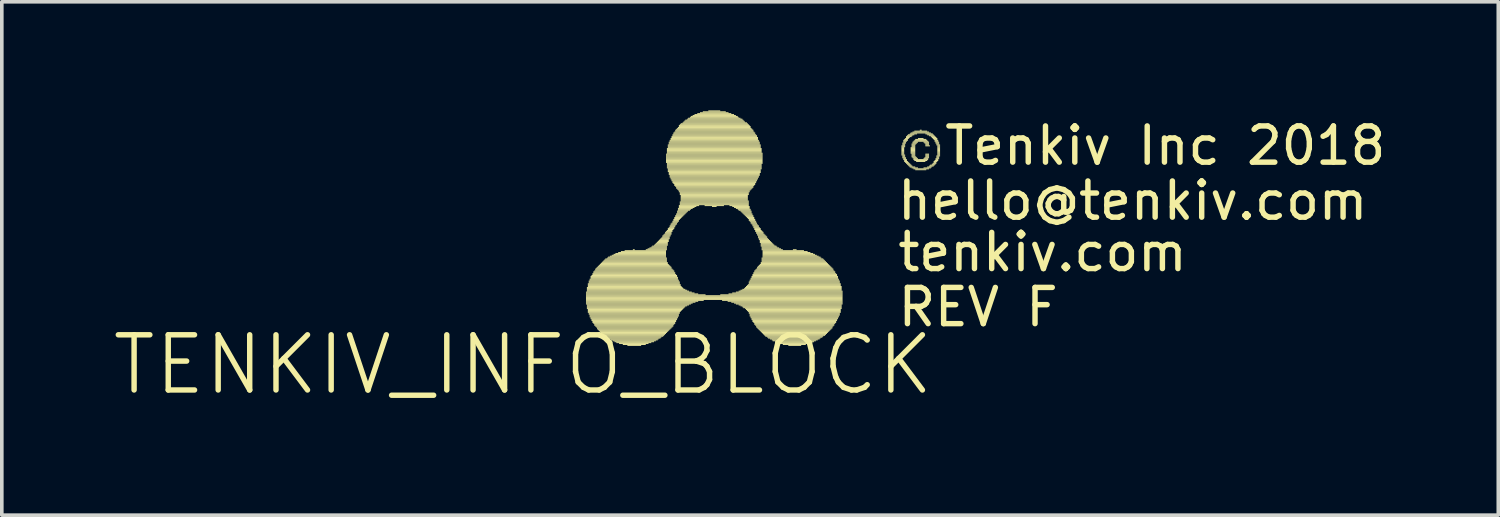
<source format=kicad_pcb>
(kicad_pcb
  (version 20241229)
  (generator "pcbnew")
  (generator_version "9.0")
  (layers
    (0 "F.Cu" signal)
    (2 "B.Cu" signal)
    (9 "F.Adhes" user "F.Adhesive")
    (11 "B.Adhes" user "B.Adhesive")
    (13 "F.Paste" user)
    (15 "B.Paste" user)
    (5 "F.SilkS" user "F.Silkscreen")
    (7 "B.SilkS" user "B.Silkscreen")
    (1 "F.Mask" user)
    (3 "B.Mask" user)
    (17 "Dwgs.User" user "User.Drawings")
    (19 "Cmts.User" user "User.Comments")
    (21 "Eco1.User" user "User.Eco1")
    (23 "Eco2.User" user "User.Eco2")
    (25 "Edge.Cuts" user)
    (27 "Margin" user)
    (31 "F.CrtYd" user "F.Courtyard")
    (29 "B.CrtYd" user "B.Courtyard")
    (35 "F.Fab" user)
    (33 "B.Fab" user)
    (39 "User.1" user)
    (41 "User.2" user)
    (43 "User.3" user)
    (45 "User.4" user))
  (footprint "TENKIV_INFO_BLOCK"
    (layer "F.Cu")
    (at 11.394 7.023)
    (property "Reference" "TENKIV_INFO_BLOCK" (at 0 0 0) (layer "F.SilkS") (effects (font (size 1.524 1.524) (thickness 0.15))))
    (attr through_hole)
    (fp_poly (pts (xy 1.74 -1.994) (xy 4.661 -1.994) (xy 4.661 -2.019) (xy 1.74 -2.019)) (stroke (width 0) (type solid)) (fill yes) (layer "F.SilkS"))
    (fp_poly (pts (xy 1.74 -1.968) (xy 4.737 -1.968) (xy 4.737 -1.994) (xy 1.74 -1.994)) (stroke (width 0) (type solid)) (fill yes) (layer "F.SilkS"))
    (fp_poly (pts (xy 1.74 -1.943) (xy 4.839 -1.943) (xy 4.839 -1.968) (xy 1.74 -1.968)) (stroke (width 0) (type solid)) (fill yes) (layer "F.SilkS"))
    (fp_poly (pts (xy 1.74 -1.918) (xy 5.042 -1.918) (xy 5.042 -1.943) (xy 1.74 -1.943)) (stroke (width 0) (type solid)) (fill yes) (layer "F.SilkS"))
    (fp_poly (pts (xy 1.74 -1.892) (xy 8.826 -1.892) (xy 8.826 -1.918) (xy 1.74 -1.918)) (stroke (width 0) (type solid)) (fill yes) (layer "F.SilkS"))
    (fp_poly (pts (xy 1.74 -1.867) (xy 8.826 -1.867) (xy 8.826 -1.892) (xy 1.74 -1.892)) (stroke (width 0) (type solid)) (fill yes) (layer "F.SilkS"))
    (fp_poly (pts (xy 1.74 -1.841) (xy 8.826 -1.841) (xy 8.826 -1.867) (xy 1.74 -1.867)) (stroke (width 0) (type solid)) (fill yes) (layer "F.SilkS"))
    (fp_poly (pts (xy 1.74 -1.816) (xy 8.826 -1.816) (xy 8.826 -1.841) (xy 1.74 -1.841)) (stroke (width 0) (type solid)) (fill yes) (layer "F.SilkS"))
    (fp_poly (pts (xy 1.74 -1.791) (xy 8.826 -1.791) (xy 8.826 -1.816) (xy 1.74 -1.816)) (stroke (width 0) (type solid)) (fill yes) (layer "F.SilkS"))
    (fp_poly (pts (xy 1.74 -1.765) (xy 4.991 -1.765) (xy 4.991 -1.791) (xy 1.74 -1.791)) (stroke (width 0) (type solid)) (fill yes) (layer "F.SilkS"))
    (fp_poly (pts (xy 1.74 -1.74) (xy 4.839 -1.74) (xy 4.839 -1.765) (xy 1.74 -1.765)) (stroke (width 0) (type solid)) (fill yes) (layer "F.SilkS"))
    (fp_poly (pts (xy 1.74 -1.714) (xy 4.763 -1.714) (xy 4.763 -1.74) (xy 1.74 -1.74)) (stroke (width 0) (type solid)) (fill yes) (layer "F.SilkS"))
    (fp_poly (pts (xy 1.74 -1.689) (xy 4.686 -1.689) (xy 4.686 -1.714) (xy 1.74 -1.714)) (stroke (width 0) (type solid)) (fill yes) (layer "F.SilkS"))
    (fp_poly (pts (xy 1.74 -1.664) (xy 4.636 -1.664) (xy 4.636 -1.689) (xy 1.74 -1.689)) (stroke (width 0) (type solid)) (fill yes) (layer "F.SilkS"))
    (fp_poly (pts (xy 1.765 -2.121) (xy 4.407 -2.121) (xy 4.407 -2.146) (xy 1.765 -2.146)) (stroke (width 0) (type solid)) (fill yes) (layer "F.SilkS"))
    (fp_poly (pts (xy 1.765 -2.095) (xy 4.432 -2.095) (xy 4.432 -2.121) (xy 1.765 -2.121)) (stroke (width 0) (type solid)) (fill yes) (layer "F.SilkS"))
    (fp_poly (pts (xy 1.765 -2.07) (xy 4.483 -2.07) (xy 4.483 -2.095) (xy 1.765 -2.095)) (stroke (width 0) (type solid)) (fill yes) (layer "F.SilkS"))
    (fp_poly (pts (xy 1.765 -2.045) (xy 4.534 -2.045) (xy 4.534 -2.07) (xy 1.765 -2.07)) (stroke (width 0) (type solid)) (fill yes) (layer "F.SilkS"))
    (fp_poly (pts (xy 1.765 -2.019) (xy 4.585 -2.019) (xy 4.585 -2.045) (xy 1.765 -2.045)) (stroke (width 0) (type solid)) (fill yes) (layer "F.SilkS"))
    (fp_poly (pts (xy 1.765 -1.638) (xy 4.585 -1.638) (xy 4.585 -1.664) (xy 1.765 -1.664)) (stroke (width 0) (type solid)) (fill yes) (layer "F.SilkS"))
    (fp_poly (pts (xy 1.765 -1.613) (xy 4.534 -1.613) (xy 4.534 -1.638) (xy 1.765 -1.638)) (stroke (width 0) (type solid)) (fill yes) (layer "F.SilkS"))
    (fp_poly (pts (xy 1.765 -1.587) (xy 4.483 -1.587) (xy 4.483 -1.613) (xy 1.765 -1.613)) (stroke (width 0) (type solid)) (fill yes) (layer "F.SilkS"))
    (fp_poly (pts (xy 1.765 -1.562) (xy 4.458 -1.562) (xy 4.458 -1.587) (xy 1.765 -1.587)) (stroke (width 0) (type solid)) (fill yes) (layer "F.SilkS"))
    (fp_poly (pts (xy 1.765 -1.537) (xy 4.432 -1.537) (xy 4.432 -1.562) (xy 1.765 -1.562)) (stroke (width 0) (type solid)) (fill yes) (layer "F.SilkS"))
    (fp_poly (pts (xy 1.791 -2.223) (xy 4.331 -2.223) (xy 4.331 -2.248) (xy 1.791 -2.248)) (stroke (width 0) (type solid)) (fill yes) (layer "F.SilkS"))
    (fp_poly (pts (xy 1.791 -2.197) (xy 4.356 -2.197) (xy 4.356 -2.223) (xy 1.791 -2.223)) (stroke (width 0) (type solid)) (fill yes) (layer "F.SilkS"))
    (fp_poly (pts (xy 1.791 -2.172) (xy 4.356 -2.172) (xy 4.356 -2.197) (xy 1.791 -2.197)) (stroke (width 0) (type solid)) (fill yes) (layer "F.SilkS"))
    (fp_poly (pts (xy 1.791 -2.146) (xy 4.381 -2.146) (xy 4.381 -2.172) (xy 1.791 -2.172)) (stroke (width 0) (type solid)) (fill yes) (layer "F.SilkS"))
    (fp_poly (pts (xy 1.791 -1.511) (xy 4.407 -1.511) (xy 4.407 -1.537) (xy 1.791 -1.537)) (stroke (width 0) (type solid)) (fill yes) (layer "F.SilkS"))
    (fp_poly (pts (xy 1.791 -1.486) (xy 4.381 -1.486) (xy 4.381 -1.511) (xy 1.791 -1.511)) (stroke (width 0) (type solid)) (fill yes) (layer "F.SilkS"))
    (fp_poly (pts (xy 1.791 -1.46) (xy 4.356 -1.46) (xy 4.356 -1.486) (xy 1.791 -1.486)) (stroke (width 0) (type solid)) (fill yes) (layer "F.SilkS"))
    (fp_poly (pts (xy 1.791 -1.435) (xy 4.331 -1.435) (xy 4.331 -1.46) (xy 1.791 -1.46)) (stroke (width 0) (type solid)) (fill yes) (layer "F.SilkS"))
    (fp_poly (pts (xy 1.816 -2.299) (xy 4.305 -2.299) (xy 4.305 -2.324) (xy 1.816 -2.324)) (stroke (width 0) (type solid)) (fill yes) (layer "F.SilkS"))
    (fp_poly (pts (xy 1.816 -2.273) (xy 4.331 -2.273) (xy 4.331 -2.299) (xy 1.816 -2.299)) (stroke (width 0) (type solid)) (fill yes) (layer "F.SilkS"))
    (fp_poly (pts (xy 1.816 -2.248) (xy 4.331 -2.248) (xy 4.331 -2.273) (xy 1.816 -2.273)) (stroke (width 0) (type solid)) (fill yes) (layer "F.SilkS"))
    (fp_poly (pts (xy 1.816 -1.41) (xy 4.331 -1.41) (xy 4.331 -1.435) (xy 1.816 -1.435)) (stroke (width 0) (type solid)) (fill yes) (layer "F.SilkS"))
    (fp_poly (pts (xy 1.816 -1.384) (xy 4.305 -1.384) (xy 4.305 -1.41) (xy 1.816 -1.41)) (stroke (width 0) (type solid)) (fill yes) (layer "F.SilkS"))
    (fp_poly (pts (xy 1.841 -2.349) (xy 4.28 -2.349) (xy 4.28 -2.375) (xy 1.841 -2.375)) (stroke (width 0) (type solid)) (fill yes) (layer "F.SilkS"))
    (fp_poly (pts (xy 1.841 -2.324) (xy 4.305 -2.324) (xy 4.305 -2.349) (xy 1.841 -2.349)) (stroke (width 0) (type solid)) (fill yes) (layer "F.SilkS"))
    (fp_poly (pts (xy 1.841 -1.359) (xy 4.305 -1.359) (xy 4.305 -1.384) (xy 1.841 -1.384)) (stroke (width 0) (type solid)) (fill yes) (layer "F.SilkS"))
    (fp_poly (pts (xy 1.841 -1.333) (xy 4.305 -1.333) (xy 4.305 -1.359) (xy 1.841 -1.359)) (stroke (width 0) (type solid)) (fill yes) (layer "F.SilkS"))
    (fp_poly (pts (xy 1.841 -1.308) (xy 4.28 -1.308) (xy 4.28 -1.333) (xy 1.841 -1.333)) (stroke (width 0) (type solid)) (fill yes) (layer "F.SilkS"))
    (fp_poly (pts (xy 1.867 -2.426) (xy 4.255 -2.426) (xy 4.255 -2.451) (xy 1.867 -2.451)) (stroke (width 0) (type solid)) (fill yes) (layer "F.SilkS"))
    (fp_poly (pts (xy 1.867 -2.4) (xy 4.28 -2.4) (xy 4.28 -2.426) (xy 1.867 -2.426)) (stroke (width 0) (type solid)) (fill yes) (layer "F.SilkS"))
    (fp_poly (pts (xy 1.867 -2.375) (xy 4.28 -2.375) (xy 4.28 -2.4) (xy 1.867 -2.4)) (stroke (width 0) (type solid)) (fill yes) (layer "F.SilkS"))
    (fp_poly (pts (xy 1.867 -1.283) (xy 4.28 -1.283) (xy 4.28 -1.308) (xy 1.867 -1.308)) (stroke (width 0) (type solid)) (fill yes) (layer "F.SilkS"))
    (fp_poly (pts (xy 1.867 -1.257) (xy 4.255 -1.257) (xy 4.255 -1.283) (xy 1.867 -1.283)) (stroke (width 0) (type solid)) (fill yes) (layer "F.SilkS"))
    (fp_poly (pts (xy 1.892 -2.451) (xy 4.255 -2.451) (xy 4.255 -2.477) (xy 1.892 -2.477)) (stroke (width 0) (type solid)) (fill yes) (layer "F.SilkS"))
    (fp_poly (pts (xy 1.892 -1.232) (xy 4.255 -1.232) (xy 4.255 -1.257) (xy 1.892 -1.257)) (stroke (width 0) (type solid)) (fill yes) (layer "F.SilkS"))
    (fp_poly (pts (xy 1.892 -1.206) (xy 4.229 -1.206) (xy 4.229 -1.232) (xy 1.892 -1.232)) (stroke (width 0) (type solid)) (fill yes) (layer "F.SilkS"))
    (fp_poly (pts (xy 1.918 -2.502) (xy 4.204 -2.502) (xy 4.204 -2.527) (xy 1.918 -2.527)) (stroke (width 0) (type solid)) (fill yes) (layer "F.SilkS"))
    (fp_poly (pts (xy 1.918 -2.477) (xy 4.229 -2.477) (xy 4.229 -2.502) (xy 1.918 -2.502)) (stroke (width 0) (type solid)) (fill yes) (layer "F.SilkS"))
    (fp_poly (pts (xy 1.918 -1.181) (xy 4.229 -1.181) (xy 4.229 -1.206) (xy 1.918 -1.206)) (stroke (width 0) (type solid)) (fill yes) (layer "F.SilkS"))
    (fp_poly (pts (xy 1.918 -1.156) (xy 4.204 -1.156) (xy 4.204 -1.181) (xy 1.918 -1.181)) (stroke (width 0) (type solid)) (fill yes) (layer "F.SilkS"))
    (fp_poly (pts (xy 1.943 -2.553) (xy 4.178 -2.553) (xy 4.178 -2.578) (xy 1.943 -2.578)) (stroke (width 0) (type solid)) (fill yes) (layer "F.SilkS"))
    (fp_poly (pts (xy 1.943 -2.527) (xy 4.204 -2.527) (xy 4.204 -2.553) (xy 1.943 -2.553)) (stroke (width 0) (type solid)) (fill yes) (layer "F.SilkS"))
    (fp_poly (pts (xy 1.943 -1.13) (xy 4.204 -1.13) (xy 4.204 -1.156) (xy 1.943 -1.156)) (stroke (width 0) (type solid)) (fill yes) (layer "F.SilkS"))
    (fp_poly (pts (xy 1.968 -2.578) (xy 4.178 -2.578) (xy 4.178 -2.603) (xy 1.968 -2.603)) (stroke (width 0) (type solid)) (fill yes) (layer "F.SilkS"))
    (fp_poly (pts (xy 1.968 -1.105) (xy 4.178 -1.105) (xy 4.178 -1.13) (xy 1.968 -1.13)) (stroke (width 0) (type solid)) (fill yes) (layer "F.SilkS"))
    (fp_poly (pts (xy 1.968 -1.079) (xy 4.153 -1.079) (xy 4.153 -1.105) (xy 1.968 -1.105)) (stroke (width 0) (type solid)) (fill yes) (layer "F.SilkS"))
    (fp_poly (pts (xy 1.994 -2.629) (xy 4.128 -2.629) (xy 4.128 -2.654) (xy 1.994 -2.654)) (stroke (width 0) (type solid)) (fill yes) (layer "F.SilkS"))
    (fp_poly (pts (xy 1.994 -2.603) (xy 4.153 -2.603) (xy 4.153 -2.629) (xy 1.994 -2.629)) (stroke (width 0) (type solid)) (fill yes) (layer "F.SilkS"))
    (fp_poly (pts (xy 1.994 -1.054) (xy 4.153 -1.054) (xy 4.153 -1.079) (xy 1.994 -1.079)) (stroke (width 0) (type solid)) (fill yes) (layer "F.SilkS"))
    (fp_poly (pts (xy 2.019 -2.654) (xy 4.102 -2.654) (xy 4.102 -2.68) (xy 2.019 -2.68)) (stroke (width 0) (type solid)) (fill yes) (layer "F.SilkS"))
    (fp_poly (pts (xy 2.019 -1.029) (xy 4.128 -1.029) (xy 4.128 -1.054) (xy 2.019 -1.054)) (stroke (width 0) (type solid)) (fill yes) (layer "F.SilkS"))
    (fp_poly (pts (xy 2.045 -2.68) (xy 4.102 -2.68) (xy 4.102 -2.705) (xy 2.045 -2.705)) (stroke (width 0) (type solid)) (fill yes) (layer "F.SilkS"))
    (fp_poly (pts (xy 2.045 -1.003) (xy 4.102 -1.003) (xy 4.102 -1.029) (xy 2.045 -1.029)) (stroke (width 0) (type solid)) (fill yes) (layer "F.SilkS"))
    (fp_poly (pts (xy 2.045 -0.978) (xy 4.077 -0.978) (xy 4.077 -1.003) (xy 2.045 -1.003)) (stroke (width 0) (type solid)) (fill yes) (layer "F.SilkS"))
    (fp_poly (pts (xy 2.07 -2.705) (xy 4.077 -2.705) (xy 4.077 -2.731) (xy 2.07 -2.731)) (stroke (width 0) (type solid)) (fill yes) (layer "F.SilkS"))
    (fp_poly (pts (xy 2.07 -0.953) (xy 4.051 -0.953) (xy 4.051 -0.978) (xy 2.07 -0.978)) (stroke (width 0) (type solid)) (fill yes) (layer "F.SilkS"))
    (fp_poly (pts (xy 2.095 -2.731) (xy 4.051 -2.731) (xy 4.051 -2.756) (xy 2.095 -2.756)) (stroke (width 0) (type solid)) (fill yes) (layer "F.SilkS"))
    (fp_poly (pts (xy 2.095 -0.927) (xy 4.026 -0.927) (xy 4.026 -0.953) (xy 2.095 -0.953)) (stroke (width 0) (type solid)) (fill yes) (layer "F.SilkS"))
    (fp_poly (pts (xy 2.121 -2.756) (xy 4.026 -2.756) (xy 4.026 -2.781) (xy 2.121 -2.781)) (stroke (width 0) (type solid)) (fill yes) (layer "F.SilkS"))
    (fp_poly (pts (xy 2.121 -0.902) (xy 4 -0.902) (xy 4 -0.927) (xy 2.121 -0.927)) (stroke (width 0) (type solid)) (fill yes) (layer "F.SilkS"))
    (fp_poly (pts (xy 2.146 -2.781) (xy 4 -2.781) (xy 4 -2.807) (xy 2.146 -2.807)) (stroke (width 0) (type solid)) (fill yes) (layer "F.SilkS"))
    (fp_poly (pts (xy 2.146 -0.876) (xy 3.975 -0.876) (xy 3.975 -0.902) (xy 2.146 -0.902)) (stroke (width 0) (type solid)) (fill yes) (layer "F.SilkS"))
    (fp_poly (pts (xy 2.172 -2.807) (xy 4 -2.807) (xy 4 -2.832) (xy 2.172 -2.832)) (stroke (width 0) (type solid)) (fill yes) (layer "F.SilkS"))
    (fp_poly (pts (xy 2.172 -0.851) (xy 3.95 -0.851) (xy 3.95 -0.876) (xy 2.172 -0.876)) (stroke (width 0) (type solid)) (fill yes) (layer "F.SilkS"))
    (fp_poly (pts (xy 2.197 -2.832) (xy 3.975 -2.832) (xy 3.975 -2.857) (xy 2.197 -2.857)) (stroke (width 0) (type solid)) (fill yes) (layer "F.SilkS"))
    (fp_poly (pts (xy 2.197 -0.826) (xy 3.924 -0.826) (xy 3.924 -0.851) (xy 2.197 -0.851)) (stroke (width 0) (type solid)) (fill yes) (layer "F.SilkS"))
    (fp_poly (pts (xy 2.223 -2.857) (xy 3.975 -2.857) (xy 3.975 -2.883) (xy 2.223 -2.883)) (stroke (width 0) (type solid)) (fill yes) (layer "F.SilkS"))
    (fp_poly (pts (xy 2.248 -2.883) (xy 3.975 -2.883) (xy 3.975 -2.908) (xy 2.248 -2.908)) (stroke (width 0) (type solid)) (fill yes) (layer "F.SilkS"))
    (fp_poly (pts (xy 2.248 -0.8) (xy 3.899 -0.8) (xy 3.899 -0.826) (xy 2.248 -0.826)) (stroke (width 0) (type solid)) (fill yes) (layer "F.SilkS"))
    (fp_poly (pts (xy 2.273 -2.908) (xy 3.975 -2.908) (xy 3.975 -2.934) (xy 2.273 -2.934)) (stroke (width 0) (type solid)) (fill yes) (layer "F.SilkS"))
    (fp_poly (pts (xy 2.273 -0.775) (xy 3.873 -0.775) (xy 3.873 -0.8) (xy 2.273 -0.8)) (stroke (width 0) (type solid)) (fill yes) (layer "F.SilkS"))
    (fp_poly (pts (xy 2.299 -0.749) (xy 3.823 -0.749) (xy 3.823 -0.775) (xy 2.299 -0.775)) (stroke (width 0) (type solid)) (fill yes) (layer "F.SilkS"))
    (fp_poly (pts (xy 2.324 -2.934) (xy 3.975 -2.934) (xy 3.975 -2.959) (xy 2.324 -2.959)) (stroke (width 0) (type solid)) (fill yes) (layer "F.SilkS"))
    (fp_poly (pts (xy 2.349 -2.959) (xy 3.95 -2.959) (xy 3.95 -2.985) (xy 2.349 -2.985)) (stroke (width 0) (type solid)) (fill yes) (layer "F.SilkS"))
    (fp_poly (pts (xy 2.349 -0.724) (xy 3.797 -0.724) (xy 3.797 -0.749) (xy 2.349 -0.749)) (stroke (width 0) (type solid)) (fill yes) (layer "F.SilkS"))
    (fp_poly (pts (xy 2.375 -0.699) (xy 3.747 -0.699) (xy 3.747 -0.724) (xy 2.375 -0.724)) (stroke (width 0) (type solid)) (fill yes) (layer "F.SilkS"))
    (fp_poly (pts (xy 2.4 -2.985) (xy 3.95 -2.985) (xy 3.95 -3.01) (xy 2.4 -3.01)) (stroke (width 0) (type solid)) (fill yes) (layer "F.SilkS"))
    (fp_poly (pts (xy 2.426 -0.673) (xy 3.721 -0.673) (xy 3.721 -0.699) (xy 2.426 -0.699)) (stroke (width 0) (type solid)) (fill yes) (layer "F.SilkS"))
    (fp_poly (pts (xy 2.451 -3.01) (xy 3.95 -3.01) (xy 3.95 -3.035) (xy 2.451 -3.035)) (stroke (width 0) (type solid)) (fill yes) (layer "F.SilkS"))
    (fp_poly (pts (xy 2.477 -0.648) (xy 3.67 -0.648) (xy 3.67 -0.673) (xy 2.477 -0.673)) (stroke (width 0) (type solid)) (fill yes) (layer "F.SilkS"))
    (fp_poly (pts (xy 2.502 -3.035) (xy 3.95 -3.035) (xy 3.95 -3.061) (xy 2.502 -3.061)) (stroke (width 0) (type solid)) (fill yes) (layer "F.SilkS"))
    (fp_poly (pts (xy 2.527 -0.622) (xy 3.619 -0.622) (xy 3.619 -0.648) (xy 2.527 -0.648)) (stroke (width 0) (type solid)) (fill yes) (layer "F.SilkS"))
    (fp_poly (pts (xy 2.553 -3.061) (xy 3.95 -3.061) (xy 3.95 -3.086) (xy 2.553 -3.086)) (stroke (width 0) (type solid)) (fill yes) (layer "F.SilkS"))
    (fp_poly (pts (xy 2.578 -0.597) (xy 3.543 -0.597) (xy 3.543 -0.622) (xy 2.578 -0.622)) (stroke (width 0) (type solid)) (fill yes) (layer "F.SilkS"))
    (fp_poly (pts (xy 2.629 -3.086) (xy 3.95 -3.086) (xy 3.95 -3.111) (xy 2.629 -3.111)) (stroke (width 0) (type solid)) (fill yes) (layer "F.SilkS"))
    (fp_poly (pts (xy 2.654 -0.572) (xy 3.467 -0.572) (xy 3.467 -0.597) (xy 2.654 -0.597)) (stroke (width 0) (type solid)) (fill yes) (layer "F.SilkS"))
    (fp_poly (pts (xy 2.705 -3.111) (xy 3.95 -3.111) (xy 3.95 -3.137) (xy 2.705 -3.137)) (stroke (width 0) (type solid)) (fill yes) (layer "F.SilkS"))
    (fp_poly (pts (xy 2.756 -0.546) (xy 3.391 -0.546) (xy 3.391 -0.572) (xy 2.756 -0.572)) (stroke (width 0) (type solid)) (fill yes) (layer "F.SilkS"))
    (fp_poly (pts (xy 2.807 -3.137) (xy 3.95 -3.137) (xy 3.95 -3.162) (xy 2.807 -3.162)) (stroke (width 0) (type solid)) (fill yes) (layer "F.SilkS"))
    (fp_poly (pts (xy 2.883 -0.521) (xy 3.264 -0.521) (xy 3.264 -0.546) (xy 2.883 -0.546)) (stroke (width 0) (type solid)) (fill yes) (layer "F.SilkS"))
    (fp_poly (pts (xy 3.035 -3.162) (xy 3.086 -3.162) (xy 3.086 -3.188) (xy 3.035 -3.188)) (stroke (width 0) (type solid)) (fill yes) (layer "F.SilkS"))
    (fp_poly (pts (xy 3.391 -3.162) (xy 3.975 -3.162) (xy 3.975 -3.188) (xy 3.391 -3.188)) (stroke (width 0) (type solid)) (fill yes) (layer "F.SilkS"))
    (fp_poly (pts (xy 3.442 -3.188) (xy 3.975 -3.188) (xy 3.975 -3.213) (xy 3.442 -3.213)) (stroke (width 0) (type solid)) (fill yes) (layer "F.SilkS"))
    (fp_poly (pts (xy 3.493 -3.213) (xy 3.975 -3.213) (xy 3.975 -3.239) (xy 3.493 -3.239)) (stroke (width 0) (type solid)) (fill yes) (layer "F.SilkS"))
    (fp_poly (pts (xy 3.543 -3.239) (xy 3.975 -3.239) (xy 3.975 -3.264) (xy 3.543 -3.264)) (stroke (width 0) (type solid)) (fill yes) (layer "F.SilkS"))
    (fp_poly (pts (xy 3.569 -3.264) (xy 3.975 -3.264) (xy 3.975 -3.289) (xy 3.569 -3.289)) (stroke (width 0) (type solid)) (fill yes) (layer "F.SilkS"))
    (fp_poly (pts (xy 3.619 -3.289) (xy 4 -3.289) (xy 4 -3.315) (xy 3.619 -3.315)) (stroke (width 0) (type solid)) (fill yes) (layer "F.SilkS"))
    (fp_poly (pts (xy 3.645 -3.315) (xy 4 -3.315) (xy 4 -3.34) (xy 3.645 -3.34)) (stroke (width 0) (type solid)) (fill yes) (layer "F.SilkS"))
    (fp_poly (pts (xy 3.67 -3.34) (xy 4 -3.34) (xy 4 -3.365) (xy 3.67 -3.365)) (stroke (width 0) (type solid)) (fill yes) (layer "F.SilkS"))
    (fp_poly (pts (xy 3.696 -3.365) (xy 4 -3.365) (xy 4 -3.391) (xy 3.696 -3.391)) (stroke (width 0) (type solid)) (fill yes) (layer "F.SilkS"))
    (fp_poly (pts (xy 3.721 -3.391) (xy 4.026 -3.391) (xy 4.026 -3.416) (xy 3.721 -3.416)) (stroke (width 0) (type solid)) (fill yes) (layer "F.SilkS"))
    (fp_poly (pts (xy 3.747 -3.416) (xy 4.026 -3.416) (xy 4.026 -3.442) (xy 3.747 -3.442)) (stroke (width 0) (type solid)) (fill yes) (layer "F.SilkS"))
    (fp_poly (pts (xy 3.772 -3.442) (xy 4.026 -3.442) (xy 4.026 -3.467) (xy 3.772 -3.467)) (stroke (width 0) (type solid)) (fill yes) (layer "F.SilkS"))
    (fp_poly (pts (xy 3.797 -3.467) (xy 4.051 -3.467) (xy 4.051 -3.493) (xy 3.797 -3.493)) (stroke (width 0) (type solid)) (fill yes) (layer "F.SilkS"))
    (fp_poly (pts (xy 3.823 -3.493) (xy 4.051 -3.493) (xy 4.051 -3.518) (xy 3.823 -3.518)) (stroke (width 0) (type solid)) (fill yes) (layer "F.SilkS"))
    (fp_poly (pts (xy 3.848 -3.543) (xy 4.077 -3.543) (xy 4.077 -3.569) (xy 3.848 -3.569)) (stroke (width 0) (type solid)) (fill yes) (layer "F.SilkS"))
    (fp_poly (pts (xy 3.848 -3.518) (xy 4.051 -3.518) (xy 4.051 -3.543) (xy 3.848 -3.543)) (stroke (width 0) (type solid)) (fill yes) (layer "F.SilkS"))
    (fp_poly (pts (xy 3.873 -3.569) (xy 4.077 -3.569) (xy 4.077 -3.594) (xy 3.873 -3.594)) (stroke (width 0) (type solid)) (fill yes) (layer "F.SilkS"))
    (fp_poly (pts (xy 3.899 -3.594) (xy 4.102 -3.594) (xy 4.102 -3.619) (xy 3.899 -3.619)) (stroke (width 0) (type solid)) (fill yes) (layer "F.SilkS"))
    (fp_poly (pts (xy 3.924 -3.645) (xy 4.102 -3.645) (xy 4.102 -3.67) (xy 3.924 -3.67)) (stroke (width 0) (type solid)) (fill yes) (layer "F.SilkS"))
    (fp_poly (pts (xy 3.924 -3.619) (xy 4.102 -3.619) (xy 4.102 -3.645) (xy 3.924 -3.645)) (stroke (width 0) (type solid)) (fill yes) (layer "F.SilkS"))
    (fp_poly (pts (xy 3.95 -5.804) (xy 6.617 -5.804) (xy 6.617 -5.829) (xy 3.95 -5.829)) (stroke (width 0) (type solid)) (fill yes) (layer "F.SilkS"))
    (fp_poly (pts (xy 3.95 -5.779) (xy 6.617 -5.779) (xy 6.617 -5.804) (xy 3.95 -5.804)) (stroke (width 0) (type solid)) (fill yes) (layer "F.SilkS"))
    (fp_poly (pts (xy 3.95 -5.753) (xy 6.617 -5.753) (xy 6.617 -5.779) (xy 3.95 -5.779)) (stroke (width 0) (type solid)) (fill yes) (layer "F.SilkS"))
    (fp_poly (pts (xy 3.95 -5.728) (xy 6.617 -5.728) (xy 6.617 -5.753) (xy 3.95 -5.753)) (stroke (width 0) (type solid)) (fill yes) (layer "F.SilkS"))
    (fp_poly (pts (xy 3.95 -5.702) (xy 6.617 -5.702) (xy 6.617 -5.728) (xy 3.95 -5.728)) (stroke (width 0) (type solid)) (fill yes) (layer "F.SilkS"))
    (fp_poly (pts (xy 3.95 -5.677) (xy 6.617 -5.677) (xy 6.617 -5.702) (xy 3.95 -5.702)) (stroke (width 0) (type solid)) (fill yes) (layer "F.SilkS"))
    (fp_poly (pts (xy 3.95 -5.652) (xy 6.617 -5.652) (xy 6.617 -5.677) (xy 3.95 -5.677)) (stroke (width 0) (type solid)) (fill yes) (layer "F.SilkS"))
    (fp_poly (pts (xy 3.95 -5.626) (xy 6.617 -5.626) (xy 6.617 -5.652) (xy 3.95 -5.652)) (stroke (width 0) (type solid)) (fill yes) (layer "F.SilkS"))
    (fp_poly (pts (xy 3.95 -5.601) (xy 6.617 -5.601) (xy 6.617 -5.626) (xy 3.95 -5.626)) (stroke (width 0) (type solid)) (fill yes) (layer "F.SilkS"))
    (fp_poly (pts (xy 3.95 -5.575) (xy 6.617 -5.575) (xy 6.617 -5.601) (xy 3.95 -5.601)) (stroke (width 0) (type solid)) (fill yes) (layer "F.SilkS"))
    (fp_poly (pts (xy 3.95 -3.67) (xy 4.128 -3.67) (xy 4.128 -3.696) (xy 3.95 -3.696)) (stroke (width 0) (type solid)) (fill yes) (layer "F.SilkS"))
    (fp_poly (pts (xy 3.975 -5.956) (xy 6.591 -5.956) (xy 6.591 -5.982) (xy 3.975 -5.982)) (stroke (width 0) (type solid)) (fill yes) (layer "F.SilkS"))
    (fp_poly (pts (xy 3.975 -5.931) (xy 6.591 -5.931) (xy 6.591 -5.956) (xy 3.975 -5.956)) (stroke (width 0) (type solid)) (fill yes) (layer "F.SilkS"))
    (fp_poly (pts (xy 3.975 -5.905) (xy 6.591 -5.905) (xy 6.591 -5.931) (xy 3.975 -5.931)) (stroke (width 0) (type solid)) (fill yes) (layer "F.SilkS"))
    (fp_poly (pts (xy 3.975 -5.88) (xy 6.591 -5.88) (xy 6.591 -5.905) (xy 3.975 -5.905)) (stroke (width 0) (type solid)) (fill yes) (layer "F.SilkS"))
    (fp_poly (pts (xy 3.975 -5.855) (xy 6.591 -5.855) (xy 6.591 -5.88) (xy 3.975 -5.88)) (stroke (width 0) (type solid)) (fill yes) (layer "F.SilkS"))
    (fp_poly (pts (xy 3.975 -5.829) (xy 6.617 -5.829) (xy 6.617 -5.855) (xy 3.975 -5.855)) (stroke (width 0) (type solid)) (fill yes) (layer "F.SilkS"))
    (fp_poly (pts (xy 3.975 -5.55) (xy 6.617 -5.55) (xy 6.617 -5.575) (xy 3.975 -5.575)) (stroke (width 0) (type solid)) (fill yes) (layer "F.SilkS"))
    (fp_poly (pts (xy 3.975 -5.524) (xy 6.591 -5.524) (xy 6.591 -5.55) (xy 3.975 -5.55)) (stroke (width 0) (type solid)) (fill yes) (layer "F.SilkS"))
    (fp_poly (pts (xy 3.975 -5.499) (xy 6.591 -5.499) (xy 6.591 -5.524) (xy 3.975 -5.524)) (stroke (width 0) (type solid)) (fill yes) (layer "F.SilkS"))
    (fp_poly (pts (xy 3.975 -5.474) (xy 6.591 -5.474) (xy 6.591 -5.499) (xy 3.975 -5.499)) (stroke (width 0) (type solid)) (fill yes) (layer "F.SilkS"))
    (fp_poly (pts (xy 3.975 -5.448) (xy 6.591 -5.448) (xy 6.591 -5.474) (xy 3.975 -5.474)) (stroke (width 0) (type solid)) (fill yes) (layer "F.SilkS"))
    (fp_poly (pts (xy 3.975 -5.423) (xy 6.591 -5.423) (xy 6.591 -5.448) (xy 3.975 -5.448)) (stroke (width 0) (type solid)) (fill yes) (layer "F.SilkS"))
    (fp_poly (pts (xy 3.975 -3.696) (xy 4.128 -3.696) (xy 4.128 -3.721) (xy 3.975 -3.721)) (stroke (width 0) (type solid)) (fill yes) (layer "F.SilkS"))
    (fp_poly (pts (xy 4 -6.058) (xy 6.566 -6.058) (xy 6.566 -6.083) (xy 4 -6.083)) (stroke (width 0) (type solid)) (fill yes) (layer "F.SilkS"))
    (fp_poly (pts (xy 4 -6.032) (xy 6.566 -6.032) (xy 6.566 -6.058) (xy 4 -6.058)) (stroke (width 0) (type solid)) (fill yes) (layer "F.SilkS"))
    (fp_poly (pts (xy 4 -6.007) (xy 6.566 -6.007) (xy 6.566 -6.032) (xy 4 -6.032)) (stroke (width 0) (type solid)) (fill yes) (layer "F.SilkS"))
    (fp_poly (pts (xy 4 -5.982) (xy 6.566 -5.982) (xy 6.566 -6.007) (xy 4 -6.007)) (stroke (width 0) (type solid)) (fill yes) (layer "F.SilkS"))
    (fp_poly (pts (xy 4 -5.397) (xy 6.591 -5.397) (xy 6.591 -5.423) (xy 4 -5.423)) (stroke (width 0) (type solid)) (fill yes) (layer "F.SilkS"))
    (fp_poly (pts (xy 4 -5.372) (xy 6.566 -5.372) (xy 6.566 -5.397) (xy 4 -5.397)) (stroke (width 0) (type solid)) (fill yes) (layer "F.SilkS"))
    (fp_poly (pts (xy 4 -5.347) (xy 6.566 -5.347) (xy 6.566 -5.372) (xy 4 -5.372)) (stroke (width 0) (type solid)) (fill yes) (layer "F.SilkS"))
    (fp_poly (pts (xy 4 -5.321) (xy 6.566 -5.321) (xy 6.566 -5.347) (xy 4 -5.347)) (stroke (width 0) (type solid)) (fill yes) (layer "F.SilkS"))
    (fp_poly (pts (xy 4 -3.747) (xy 4.178 -3.747) (xy 4.178 -3.772) (xy 4 -3.772)) (stroke (width 0) (type solid)) (fill yes) (layer "F.SilkS"))
    (fp_poly (pts (xy 4 -3.721) (xy 4.153 -3.721) (xy 4.153 -3.747) (xy 4 -3.747)) (stroke (width 0) (type solid)) (fill yes) (layer "F.SilkS"))
    (fp_poly (pts (xy 4.026 -6.134) (xy 6.54 -6.134) (xy 6.54 -6.16) (xy 4.026 -6.16)) (stroke (width 0) (type solid)) (fill yes) (layer "F.SilkS"))
    (fp_poly (pts (xy 4.026 -6.109) (xy 6.54 -6.109) (xy 6.54 -6.134) (xy 4.026 -6.134)) (stroke (width 0) (type solid)) (fill yes) (layer "F.SilkS"))
    (fp_poly (pts (xy 4.026 -6.083) (xy 6.54 -6.083) (xy 6.54 -6.109) (xy 4.026 -6.109)) (stroke (width 0) (type solid)) (fill yes) (layer "F.SilkS"))
    (fp_poly (pts (xy 4.026 -5.296) (xy 6.566 -5.296) (xy 6.566 -5.321) (xy 4.026 -5.321)) (stroke (width 0) (type solid)) (fill yes) (layer "F.SilkS"))
    (fp_poly (pts (xy 4.026 -5.271) (xy 6.54 -5.271) (xy 6.54 -5.296) (xy 4.026 -5.296)) (stroke (width 0) (type solid)) (fill yes) (layer "F.SilkS"))
    (fp_poly (pts (xy 4.026 -5.245) (xy 6.54 -5.245) (xy 6.54 -5.271) (xy 4.026 -5.271)) (stroke (width 0) (type solid)) (fill yes) (layer "F.SilkS"))
    (fp_poly (pts (xy 4.026 -3.772) (xy 4.178 -3.772) (xy 4.178 -3.797) (xy 4.026 -3.797)) (stroke (width 0) (type solid)) (fill yes) (layer "F.SilkS"))
    (fp_poly (pts (xy 4.051 -6.185) (xy 6.515 -6.185) (xy 6.515 -6.21) (xy 4.051 -6.21)) (stroke (width 0) (type solid)) (fill yes) (layer "F.SilkS"))
    (fp_poly (pts (xy 4.051 -6.16) (xy 6.515 -6.16) (xy 6.515 -6.185) (xy 4.051 -6.185)) (stroke (width 0) (type solid)) (fill yes) (layer "F.SilkS"))
    (fp_poly (pts (xy 4.051 -5.22) (xy 6.54 -5.22) (xy 6.54 -5.245) (xy 4.051 -5.245)) (stroke (width 0) (type solid)) (fill yes) (layer "F.SilkS"))
    (fp_poly (pts (xy 4.051 -5.194) (xy 6.515 -5.194) (xy 6.515 -5.22) (xy 4.051 -5.22)) (stroke (width 0) (type solid)) (fill yes) (layer "F.SilkS"))
    (fp_poly (pts (xy 4.051 -5.169) (xy 6.515 -5.169) (xy 6.515 -5.194) (xy 4.051 -5.194)) (stroke (width 0) (type solid)) (fill yes) (layer "F.SilkS"))
    (fp_poly (pts (xy 4.051 -3.823) (xy 4.204 -3.823) (xy 4.204 -3.848) (xy 4.051 -3.848)) (stroke (width 0) (type solid)) (fill yes) (layer "F.SilkS"))
    (fp_poly (pts (xy 4.051 -3.797) (xy 4.204 -3.797) (xy 4.204 -3.823) (xy 4.051 -3.823)) (stroke (width 0) (type solid)) (fill yes) (layer "F.SilkS"))
    (fp_poly (pts (xy 4.077 -6.236) (xy 6.49 -6.236) (xy 6.49 -6.261) (xy 4.077 -6.261)) (stroke (width 0) (type solid)) (fill yes) (layer "F.SilkS"))
    (fp_poly (pts (xy 4.077 -6.21) (xy 6.49 -6.21) (xy 6.49 -6.236) (xy 4.077 -6.236)) (stroke (width 0) (type solid)) (fill yes) (layer "F.SilkS"))
    (fp_poly (pts (xy 4.077 -5.144) (xy 6.49 -5.144) (xy 6.49 -5.169) (xy 4.077 -5.169)) (stroke (width 0) (type solid)) (fill yes) (layer "F.SilkS"))
    (fp_poly (pts (xy 4.077 -5.118) (xy 6.49 -5.118) (xy 6.49 -5.144) (xy 4.077 -5.144)) (stroke (width 0) (type solid)) (fill yes) (layer "F.SilkS"))
    (fp_poly (pts (xy 4.077 -3.873) (xy 4.255 -3.873) (xy 4.255 -3.899) (xy 4.077 -3.899)) (stroke (width 0) (type solid)) (fill yes) (layer "F.SilkS"))
    (fp_poly (pts (xy 4.077 -3.848) (xy 4.229 -3.848) (xy 4.229 -3.873) (xy 4.077 -3.873)) (stroke (width 0) (type solid)) (fill yes) (layer "F.SilkS"))
    (fp_poly (pts (xy 4.102 -6.287) (xy 6.464 -6.287) (xy 6.464 -6.312) (xy 4.102 -6.312)) (stroke (width 0) (type solid)) (fill yes) (layer "F.SilkS"))
    (fp_poly (pts (xy 4.102 -6.261) (xy 6.49 -6.261) (xy 6.49 -6.287) (xy 4.102 -6.287)) (stroke (width 0) (type solid)) (fill yes) (layer "F.SilkS"))
    (fp_poly (pts (xy 4.102 -5.093) (xy 6.464 -5.093) (xy 6.464 -5.118) (xy 4.102 -5.118)) (stroke (width 0) (type solid)) (fill yes) (layer "F.SilkS"))
    (fp_poly (pts (xy 4.102 -5.067) (xy 6.464 -5.067) (xy 6.464 -5.093) (xy 4.102 -5.093)) (stroke (width 0) (type solid)) (fill yes) (layer "F.SilkS"))
    (fp_poly (pts (xy 4.102 -3.899) (xy 4.255 -3.899) (xy 4.255 -3.924) (xy 4.102 -3.924)) (stroke (width 0) (type solid)) (fill yes) (layer "F.SilkS"))
    (fp_poly (pts (xy 4.128 -6.337) (xy 6.439 -6.337) (xy 6.439 -6.363) (xy 4.128 -6.363)) (stroke (width 0) (type solid)) (fill yes) (layer "F.SilkS"))
    (fp_poly (pts (xy 4.128 -6.312) (xy 6.464 -6.312) (xy 6.464 -6.337) (xy 4.128 -6.337)) (stroke (width 0) (type solid)) (fill yes) (layer "F.SilkS"))
    (fp_poly (pts (xy 4.128 -5.042) (xy 6.439 -5.042) (xy 6.439 -5.067) (xy 4.128 -5.067)) (stroke (width 0) (type solid)) (fill yes) (layer "F.SilkS"))
    (fp_poly (pts (xy 4.128 -5.016) (xy 6.439 -5.016) (xy 6.439 -5.042) (xy 4.128 -5.042)) (stroke (width 0) (type solid)) (fill yes) (layer "F.SilkS"))
    (fp_poly (pts (xy 4.128 -3.95) (xy 4.305 -3.95) (xy 4.305 -3.975) (xy 4.128 -3.975)) (stroke (width 0) (type solid)) (fill yes) (layer "F.SilkS"))
    (fp_poly (pts (xy 4.128 -3.924) (xy 4.28 -3.924) (xy 4.28 -3.95) (xy 4.128 -3.95)) (stroke (width 0) (type solid)) (fill yes) (layer "F.SilkS"))
    (fp_poly (pts (xy 4.153 -6.388) (xy 6.413 -6.388) (xy 6.413 -6.413) (xy 4.153 -6.413)) (stroke (width 0) (type solid)) (fill yes) (layer "F.SilkS"))
    (fp_poly (pts (xy 4.153 -6.363) (xy 6.413 -6.363) (xy 6.413 -6.388) (xy 4.153 -6.388)) (stroke (width 0) (type solid)) (fill yes) (layer "F.SilkS"))
    (fp_poly (pts (xy 4.153 -4.991) (xy 6.413 -4.991) (xy 6.413 -5.016) (xy 4.153 -5.016)) (stroke (width 0) (type solid)) (fill yes) (layer "F.SilkS"))
    (fp_poly (pts (xy 4.153 -4) (xy 4.331 -4) (xy 4.331 -4.026) (xy 4.153 -4.026)) (stroke (width 0) (type solid)) (fill yes) (layer "F.SilkS"))
    (fp_poly (pts (xy 4.153 -3.975) (xy 4.305 -3.975) (xy 4.305 -4) (xy 4.153 -4)) (stroke (width 0) (type solid)) (fill yes) (layer "F.SilkS"))
    (fp_poly (pts (xy 4.178 -6.413) (xy 6.388 -6.413) (xy 6.388 -6.439) (xy 4.178 -6.439)) (stroke (width 0) (type solid)) (fill yes) (layer "F.SilkS"))
    (fp_poly (pts (xy 4.178 -4.966) (xy 6.413 -4.966) (xy 6.413 -4.991) (xy 4.178 -4.991)) (stroke (width 0) (type solid)) (fill yes) (layer "F.SilkS"))
    (fp_poly (pts (xy 4.178 -4.94) (xy 6.388 -4.94) (xy 6.388 -4.966) (xy 4.178 -4.966)) (stroke (width 0) (type solid)) (fill yes) (layer "F.SilkS"))
    (fp_poly (pts (xy 4.178 -4.051) (xy 4.381 -4.051) (xy 4.381 -4.077) (xy 4.178 -4.077)) (stroke (width 0) (type solid)) (fill yes) (layer "F.SilkS"))
    (fp_poly (pts (xy 4.178 -4.026) (xy 4.356 -4.026) (xy 4.356 -4.051) (xy 4.178 -4.051)) (stroke (width 0) (type solid)) (fill yes) (layer "F.SilkS"))
    (fp_poly (pts (xy 4.204 -6.464) (xy 6.363 -6.464) (xy 6.363 -6.49) (xy 4.204 -6.49)) (stroke (width 0) (type solid)) (fill yes) (layer "F.SilkS"))
    (fp_poly (pts (xy 4.204 -6.439) (xy 6.363 -6.439) (xy 6.363 -6.464) (xy 4.204 -6.464)) (stroke (width 0) (type solid)) (fill yes) (layer "F.SilkS"))
    (fp_poly (pts (xy 4.204 -4.915) (xy 6.363 -4.915) (xy 6.363 -4.94) (xy 4.204 -4.94)) (stroke (width 0) (type solid)) (fill yes) (layer "F.SilkS"))
    (fp_poly (pts (xy 4.204 -4.102) (xy 4.432 -4.102) (xy 4.432 -4.128) (xy 4.204 -4.128)) (stroke (width 0) (type solid)) (fill yes) (layer "F.SilkS"))
    (fp_poly (pts (xy 4.204 -4.077) (xy 4.407 -4.077) (xy 4.407 -4.102) (xy 4.204 -4.102)) (stroke (width 0) (type solid)) (fill yes) (layer "F.SilkS"))
    (fp_poly (pts (xy 4.229 -6.49) (xy 6.337 -6.49) (xy 6.337 -6.515) (xy 4.229 -6.515)) (stroke (width 0) (type solid)) (fill yes) (layer "F.SilkS"))
    (fp_poly (pts (xy 4.229 -4.889) (xy 6.363 -4.889) (xy 6.363 -4.915) (xy 4.229 -4.915)) (stroke (width 0) (type solid)) (fill yes) (layer "F.SilkS"))
    (fp_poly (pts (xy 4.229 -4.864) (xy 6.337 -4.864) (xy 6.337 -4.889) (xy 4.229 -4.889)) (stroke (width 0) (type solid)) (fill yes) (layer "F.SilkS"))
    (fp_poly (pts (xy 4.229 -4.153) (xy 4.483 -4.153) (xy 4.483 -4.178) (xy 4.229 -4.178)) (stroke (width 0) (type solid)) (fill yes) (layer "F.SilkS"))
    (fp_poly (pts (xy 4.229 -4.128) (xy 4.458 -4.128) (xy 4.458 -4.153) (xy 4.229 -4.153)) (stroke (width 0) (type solid)) (fill yes) (layer "F.SilkS"))
    (fp_poly (pts (xy 4.255 -6.515) (xy 6.312 -6.515) (xy 6.312 -6.54) (xy 4.255 -6.54)) (stroke (width 0) (type solid)) (fill yes) (layer "F.SilkS"))
    (fp_poly (pts (xy 4.255 -4.839) (xy 6.312 -4.839) (xy 6.312 -4.864) (xy 4.255 -4.864)) (stroke (width 0) (type solid)) (fill yes) (layer "F.SilkS"))
    (fp_poly (pts (xy 4.255 -4.229) (xy 4.559 -4.229) (xy 4.559 -4.255) (xy 4.255 -4.255)) (stroke (width 0) (type solid)) (fill yes) (layer "F.SilkS"))
    (fp_poly (pts (xy 4.255 -4.204) (xy 4.534 -4.204) (xy 4.534 -4.229) (xy 4.255 -4.229)) (stroke (width 0) (type solid)) (fill yes) (layer "F.SilkS"))
    (fp_poly (pts (xy 4.255 -4.178) (xy 4.508 -4.178) (xy 4.508 -4.204) (xy 4.255 -4.204)) (stroke (width 0) (type solid)) (fill yes) (layer "F.SilkS"))
    (fp_poly (pts (xy 4.28 -6.54) (xy 6.287 -6.54) (xy 6.287 -6.566) (xy 4.28 -6.566)) (stroke (width 0) (type solid)) (fill yes) (layer "F.SilkS"))
    (fp_poly (pts (xy 4.28 -4.813) (xy 6.287 -4.813) (xy 6.287 -4.839) (xy 4.28 -4.839)) (stroke (width 0) (type solid)) (fill yes) (layer "F.SilkS"))
    (fp_poly (pts (xy 4.28 -4.305) (xy 4.686 -4.305) (xy 4.686 -4.331) (xy 4.28 -4.331)) (stroke (width 0) (type solid)) (fill yes) (layer "F.SilkS"))
    (fp_poly (pts (xy 4.28 -4.28) (xy 4.636 -4.28) (xy 4.636 -4.305) (xy 4.28 -4.305)) (stroke (width 0) (type solid)) (fill yes) (layer "F.SilkS"))
    (fp_poly (pts (xy 4.28 -4.255) (xy 4.61 -4.255) (xy 4.61 -4.28) (xy 4.28 -4.28)) (stroke (width 0) (type solid)) (fill yes) (layer "F.SilkS"))
    (fp_poly (pts (xy 4.305 -6.591) (xy 6.261 -6.591) (xy 6.261 -6.617) (xy 4.305 -6.617)) (stroke (width 0) (type solid)) (fill yes) (layer "F.SilkS"))
    (fp_poly (pts (xy 4.305 -6.566) (xy 6.287 -6.566) (xy 6.287 -6.591) (xy 4.305 -6.591)) (stroke (width 0) (type solid)) (fill yes) (layer "F.SilkS"))
    (fp_poly (pts (xy 4.305 -4.788) (xy 6.261 -4.788) (xy 6.261 -4.813) (xy 4.305 -4.813)) (stroke (width 0) (type solid)) (fill yes) (layer "F.SilkS"))
    (fp_poly (pts (xy 4.305 -4.763) (xy 6.261 -4.763) (xy 6.261 -4.788) (xy 4.305 -4.788)) (stroke (width 0) (type solid)) (fill yes) (layer "F.SilkS"))
    (fp_poly (pts (xy 4.305 -4.381) (xy 4.864 -4.381) (xy 4.864 -4.407) (xy 4.305 -4.407)) (stroke (width 0) (type solid)) (fill yes) (layer "F.SilkS"))
    (fp_poly (pts (xy 4.305 -4.356) (xy 4.788 -4.356) (xy 4.788 -4.381) (xy 4.305 -4.381)) (stroke (width 0) (type solid)) (fill yes) (layer "F.SilkS"))
    (fp_poly (pts (xy 4.305 -4.331) (xy 4.737 -4.331) (xy 4.737 -4.356) (xy 4.305 -4.356)) (stroke (width 0) (type solid)) (fill yes) (layer "F.SilkS"))
    (fp_poly (pts (xy 4.331 -6.617) (xy 6.236 -6.617) (xy 6.236 -6.642) (xy 4.331 -6.642)) (stroke (width 0) (type solid)) (fill yes) (layer "F.SilkS"))
    (fp_poly (pts (xy 4.331 -4.737) (xy 6.236 -4.737) (xy 6.236 -4.763) (xy 4.331 -4.763)) (stroke (width 0) (type solid)) (fill yes) (layer "F.SilkS"))
    (fp_poly (pts (xy 4.331 -4.712) (xy 6.236 -4.712) (xy 6.236 -4.737) (xy 4.331 -4.737)) (stroke (width 0) (type solid)) (fill yes) (layer "F.SilkS"))
    (fp_poly (pts (xy 4.331 -4.686) (xy 6.236 -4.686) (xy 6.236 -4.712) (xy 4.331 -4.712)) (stroke (width 0) (type solid)) (fill yes) (layer "F.SilkS"))
    (fp_poly (pts (xy 4.331 -4.483) (xy 6.236 -4.483) (xy 6.236 -4.508) (xy 4.331 -4.508)) (stroke (width 0) (type solid)) (fill yes) (layer "F.SilkS"))
    (fp_poly (pts (xy 4.331 -4.458) (xy 6.236 -4.458) (xy 6.236 -4.483) (xy 4.331 -4.483)) (stroke (width 0) (type solid)) (fill yes) (layer "F.SilkS"))
    (fp_poly (pts (xy 4.331 -4.432) (xy 6.236 -4.432) (xy 6.236 -4.458) (xy 4.331 -4.458)) (stroke (width 0) (type solid)) (fill yes) (layer "F.SilkS"))
    (fp_poly (pts (xy 4.331 -4.407) (xy 6.236 -4.407) (xy 6.236 -4.432) (xy 4.331 -4.432)) (stroke (width 0) (type solid)) (fill yes) (layer "F.SilkS"))
    (fp_poly (pts (xy 4.356 -6.642) (xy 6.21 -6.642) (xy 6.21 -6.668) (xy 4.356 -6.668)) (stroke (width 0) (type solid)) (fill yes) (layer "F.SilkS"))
    (fp_poly (pts (xy 4.356 -4.661) (xy 6.21 -4.661) (xy 6.21 -4.686) (xy 4.356 -4.686)) (stroke (width 0) (type solid)) (fill yes) (layer "F.SilkS"))
    (fp_poly (pts (xy 4.356 -4.636) (xy 6.21 -4.636) (xy 6.21 -4.661) (xy 4.356 -4.661)) (stroke (width 0) (type solid)) (fill yes) (layer "F.SilkS"))
    (fp_poly (pts (xy 4.356 -4.61) (xy 6.21 -4.61) (xy 6.21 -4.636) (xy 4.356 -4.636)) (stroke (width 0) (type solid)) (fill yes) (layer "F.SilkS"))
    (fp_poly (pts (xy 4.356 -4.585) (xy 6.21 -4.585) (xy 6.21 -4.61) (xy 4.356 -4.61)) (stroke (width 0) (type solid)) (fill yes) (layer "F.SilkS"))
    (fp_poly (pts (xy 4.356 -4.559) (xy 6.21 -4.559) (xy 6.21 -4.585) (xy 4.356 -4.585)) (stroke (width 0) (type solid)) (fill yes) (layer "F.SilkS"))
    (fp_poly (pts (xy 4.356 -4.534) (xy 6.21 -4.534) (xy 6.21 -4.559) (xy 4.356 -4.559)) (stroke (width 0) (type solid)) (fill yes) (layer "F.SilkS"))
    (fp_poly (pts (xy 4.356 -4.508) (xy 6.236 -4.508) (xy 6.236 -4.534) (xy 4.356 -4.534)) (stroke (width 0) (type solid)) (fill yes) (layer "F.SilkS"))
    (fp_poly (pts (xy 4.407 -6.668) (xy 6.185 -6.668) (xy 6.185 -6.693) (xy 4.407 -6.693)) (stroke (width 0) (type solid)) (fill yes) (layer "F.SilkS"))
    (fp_poly (pts (xy 4.432 -6.693) (xy 6.134 -6.693) (xy 6.134 -6.718) (xy 4.432 -6.718)) (stroke (width 0) (type solid)) (fill yes) (layer "F.SilkS"))
    (fp_poly (pts (xy 4.458 -6.718) (xy 6.109 -6.718) (xy 6.109 -6.744) (xy 4.458 -6.744)) (stroke (width 0) (type solid)) (fill yes) (layer "F.SilkS"))
    (fp_poly (pts (xy 4.483 -6.744) (xy 6.083 -6.744) (xy 6.083 -6.769) (xy 4.483 -6.769)) (stroke (width 0) (type solid)) (fill yes) (layer "F.SilkS"))
    (fp_poly (pts (xy 4.534 -6.769) (xy 6.058 -6.769) (xy 6.058 -6.795) (xy 4.534 -6.795)) (stroke (width 0) (type solid)) (fill yes) (layer "F.SilkS"))
    (fp_poly (pts (xy 4.559 -6.795) (xy 6.007 -6.795) (xy 6.007 -6.82) (xy 4.559 -6.82)) (stroke (width 0) (type solid)) (fill yes) (layer "F.SilkS"))
    (fp_poly (pts (xy 4.61 -6.82) (xy 5.956 -6.82) (xy 5.956 -6.845) (xy 4.61 -6.845)) (stroke (width 0) (type solid)) (fill yes) (layer "F.SilkS"))
    (fp_poly (pts (xy 4.636 -6.845) (xy 5.931 -6.845) (xy 5.931 -6.871) (xy 4.636 -6.871)) (stroke (width 0) (type solid)) (fill yes) (layer "F.SilkS"))
    (fp_poly (pts (xy 4.686 -6.871) (xy 5.88 -6.871) (xy 5.88 -6.896) (xy 4.686 -6.896)) (stroke (width 0) (type solid)) (fill yes) (layer "F.SilkS"))
    (fp_poly (pts (xy 4.737 -6.896) (xy 5.829 -6.896) (xy 5.829 -6.921) (xy 4.737 -6.921)) (stroke (width 0) (type solid)) (fill yes) (layer "F.SilkS"))
    (fp_poly (pts (xy 4.813 -6.921) (xy 5.753 -6.921) (xy 5.753 -6.947) (xy 4.813 -6.947)) (stroke (width 0) (type solid)) (fill yes) (layer "F.SilkS"))
    (fp_poly (pts (xy 4.889 -6.947) (xy 5.677 -6.947) (xy 5.677 -6.972) (xy 4.889 -6.972)) (stroke (width 0) (type solid)) (fill yes) (layer "F.SilkS"))
    (fp_poly (pts (xy 4.966 -6.972) (xy 5.601 -6.972) (xy 5.601 -6.998) (xy 4.966 -6.998)) (stroke (width 0) (type solid)) (fill yes) (layer "F.SilkS"))
    (fp_poly (pts (xy 5.016 -4.381) (xy 5.55 -4.381) (xy 5.55 -4.407) (xy 5.016 -4.407)) (stroke (width 0) (type solid)) (fill yes) (layer "F.SilkS"))
    (fp_poly (pts (xy 5.118 -6.998) (xy 5.448 -6.998) (xy 5.448 -7.023) (xy 5.118 -7.023)) (stroke (width 0) (type solid)) (fill yes) (layer "F.SilkS"))
    (fp_poly (pts (xy 5.22 -4.356) (xy 5.347 -4.356) (xy 5.347 -4.381) (xy 5.22 -4.381)) (stroke (width 0) (type solid)) (fill yes) (layer "F.SilkS"))
    (fp_poly (pts (xy 5.448 -1.918) (xy 8.826 -1.918) (xy 8.826 -1.943) (xy 5.448 -1.943)) (stroke (width 0) (type solid)) (fill yes) (layer "F.SilkS"))
    (fp_poly (pts (xy 5.499 -1.765) (xy 8.826 -1.765) (xy 8.826 -1.791) (xy 5.499 -1.791)) (stroke (width 0) (type solid)) (fill yes) (layer "F.SilkS"))
    (fp_poly (pts (xy 5.652 -1.74) (xy 8.826 -1.74) (xy 8.826 -1.765) (xy 5.652 -1.765)) (stroke (width 0) (type solid)) (fill yes) (layer "F.SilkS"))
    (fp_poly (pts (xy 5.677 -1.943) (xy 8.826 -1.943) (xy 8.826 -1.968) (xy 5.677 -1.968)) (stroke (width 0) (type solid)) (fill yes) (layer "F.SilkS"))
    (fp_poly (pts (xy 5.702 -4.381) (xy 6.236 -4.381) (xy 6.236 -4.407) (xy 5.702 -4.407)) (stroke (width 0) (type solid)) (fill yes) (layer "F.SilkS"))
    (fp_poly (pts (xy 5.753 -1.714) (xy 8.826 -1.714) (xy 8.826 -1.74) (xy 5.753 -1.74)) (stroke (width 0) (type solid)) (fill yes) (layer "F.SilkS"))
    (fp_poly (pts (xy 5.779 -4.356) (xy 6.261 -4.356) (xy 6.261 -4.381) (xy 5.779 -4.381)) (stroke (width 0) (type solid)) (fill yes) (layer "F.SilkS"))
    (fp_poly (pts (xy 5.779 -1.968) (xy 8.826 -1.968) (xy 8.826 -1.994) (xy 5.779 -1.994)) (stroke (width 0) (type solid)) (fill yes) (layer "F.SilkS"))
    (fp_poly (pts (xy 5.829 -4.331) (xy 6.261 -4.331) (xy 6.261 -4.356) (xy 5.829 -4.356)) (stroke (width 0) (type solid)) (fill yes) (layer "F.SilkS"))
    (fp_poly (pts (xy 5.829 -1.689) (xy 8.826 -1.689) (xy 8.826 -1.714) (xy 5.829 -1.714)) (stroke (width 0) (type solid)) (fill yes) (layer "F.SilkS"))
    (fp_poly (pts (xy 5.88 -4.305) (xy 6.261 -4.305) (xy 6.261 -4.331) (xy 5.88 -4.331)) (stroke (width 0) (type solid)) (fill yes) (layer "F.SilkS"))
    (fp_poly (pts (xy 5.88 -1.994) (xy 8.826 -1.994) (xy 8.826 -2.019) (xy 5.88 -2.019)) (stroke (width 0) (type solid)) (fill yes) (layer "F.SilkS"))
    (fp_poly (pts (xy 5.88 -1.664) (xy 8.826 -1.664) (xy 8.826 -1.689) (xy 5.88 -1.689)) (stroke (width 0) (type solid)) (fill yes) (layer "F.SilkS"))
    (fp_poly (pts (xy 5.931 -4.28) (xy 6.287 -4.28) (xy 6.287 -4.305) (xy 5.931 -4.305)) (stroke (width 0) (type solid)) (fill yes) (layer "F.SilkS"))
    (fp_poly (pts (xy 5.956 -4.255) (xy 6.287 -4.255) (xy 6.287 -4.28) (xy 5.956 -4.28)) (stroke (width 0) (type solid)) (fill yes) (layer "F.SilkS"))
    (fp_poly (pts (xy 5.956 -2.019) (xy 8.826 -2.019) (xy 8.826 -2.045) (xy 5.956 -2.045)) (stroke (width 0) (type solid)) (fill yes) (layer "F.SilkS"))
    (fp_poly (pts (xy 5.956 -1.638) (xy 8.801 -1.638) (xy 8.801 -1.664) (xy 5.956 -1.664)) (stroke (width 0) (type solid)) (fill yes) (layer "F.SilkS"))
    (fp_poly (pts (xy 6.007 -4.229) (xy 6.312 -4.229) (xy 6.312 -4.255) (xy 6.007 -4.255)) (stroke (width 0) (type solid)) (fill yes) (layer "F.SilkS"))
    (fp_poly (pts (xy 6.007 -2.045) (xy 8.801 -2.045) (xy 8.801 -2.07) (xy 6.007 -2.07)) (stroke (width 0) (type solid)) (fill yes) (layer "F.SilkS"))
    (fp_poly (pts (xy 6.007 -1.613) (xy 8.801 -1.613) (xy 8.801 -1.638) (xy 6.007 -1.638)) (stroke (width 0) (type solid)) (fill yes) (layer "F.SilkS"))
    (fp_poly (pts (xy 6.032 -4.204) (xy 6.312 -4.204) (xy 6.312 -4.229) (xy 6.032 -4.229)) (stroke (width 0) (type solid)) (fill yes) (layer "F.SilkS"))
    (fp_poly (pts (xy 6.058 -4.178) (xy 6.312 -4.178) (xy 6.312 -4.204) (xy 6.058 -4.204)) (stroke (width 0) (type solid)) (fill yes) (layer "F.SilkS"))
    (fp_poly (pts (xy 6.058 -2.07) (xy 8.801 -2.07) (xy 8.801 -2.095) (xy 6.058 -2.095)) (stroke (width 0) (type solid)) (fill yes) (layer "F.SilkS"))
    (fp_poly (pts (xy 6.058 -1.587) (xy 8.801 -1.587) (xy 8.801 -1.613) (xy 6.058 -1.613)) (stroke (width 0) (type solid)) (fill yes) (layer "F.SilkS"))
    (fp_poly (pts (xy 6.083 -4.153) (xy 6.337 -4.153) (xy 6.337 -4.178) (xy 6.083 -4.178)) (stroke (width 0) (type solid)) (fill yes) (layer "F.SilkS"))
    (fp_poly (pts (xy 6.083 -1.562) (xy 8.801 -1.562) (xy 8.801 -1.587) (xy 6.083 -1.587)) (stroke (width 0) (type solid)) (fill yes) (layer "F.SilkS"))
    (fp_poly (pts (xy 6.109 -4.128) (xy 6.337 -4.128) (xy 6.337 -4.153) (xy 6.109 -4.153)) (stroke (width 0) (type solid)) (fill yes) (layer "F.SilkS"))
    (fp_poly (pts (xy 6.109 -2.095) (xy 8.801 -2.095) (xy 8.801 -2.121) (xy 6.109 -2.121)) (stroke (width 0) (type solid)) (fill yes) (layer "F.SilkS"))
    (fp_poly (pts (xy 6.134 -4.102) (xy 6.363 -4.102) (xy 6.363 -4.128) (xy 6.134 -4.128)) (stroke (width 0) (type solid)) (fill yes) (layer "F.SilkS"))
    (fp_poly (pts (xy 6.134 -2.121) (xy 8.801 -2.121) (xy 8.801 -2.146) (xy 6.134 -2.146)) (stroke (width 0) (type solid)) (fill yes) (layer "F.SilkS"))
    (fp_poly (pts (xy 6.134 -1.537) (xy 8.801 -1.537) (xy 8.801 -1.562) (xy 6.134 -1.562)) (stroke (width 0) (type solid)) (fill yes) (layer "F.SilkS"))
    (fp_poly (pts (xy 6.16 -4.077) (xy 6.363 -4.077) (xy 6.363 -4.102) (xy 6.16 -4.102)) (stroke (width 0) (type solid)) (fill yes) (layer "F.SilkS"))
    (fp_poly (pts (xy 6.16 -2.146) (xy 8.801 -2.146) (xy 8.801 -2.172) (xy 6.16 -2.172)) (stroke (width 0) (type solid)) (fill yes) (layer "F.SilkS"))
    (fp_poly (pts (xy 6.16 -1.511) (xy 8.776 -1.511) (xy 8.776 -1.537) (xy 6.16 -1.537)) (stroke (width 0) (type solid)) (fill yes) (layer "F.SilkS"))
    (fp_poly (pts (xy 6.185 -4.051) (xy 6.388 -4.051) (xy 6.388 -4.077) (xy 6.185 -4.077)) (stroke (width 0) (type solid)) (fill yes) (layer "F.SilkS"))
    (fp_poly (pts (xy 6.185 -2.172) (xy 8.776 -2.172) (xy 8.776 -2.197) (xy 6.185 -2.197)) (stroke (width 0) (type solid)) (fill yes) (layer "F.SilkS"))
    (fp_poly (pts (xy 6.185 -1.486) (xy 8.776 -1.486) (xy 8.776 -1.511) (xy 6.185 -1.511)) (stroke (width 0) (type solid)) (fill yes) (layer "F.SilkS"))
    (fp_poly (pts (xy 6.21 -4.026) (xy 6.388 -4.026) (xy 6.388 -4.051) (xy 6.21 -4.051)) (stroke (width 0) (type solid)) (fill yes) (layer "F.SilkS"))
    (fp_poly (pts (xy 6.21 -2.197) (xy 8.776 -2.197) (xy 8.776 -2.223) (xy 6.21 -2.223)) (stroke (width 0) (type solid)) (fill yes) (layer "F.SilkS"))
    (fp_poly (pts (xy 6.21 -1.46) (xy 8.776 -1.46) (xy 8.776 -1.486) (xy 6.21 -1.486)) (stroke (width 0) (type solid)) (fill yes) (layer "F.SilkS"))
    (fp_poly (pts (xy 6.236 -4) (xy 6.413 -4) (xy 6.413 -4.026) (xy 6.236 -4.026)) (stroke (width 0) (type solid)) (fill yes) (layer "F.SilkS"))
    (fp_poly (pts (xy 6.236 -3.975) (xy 6.413 -3.975) (xy 6.413 -4) (xy 6.236 -4)) (stroke (width 0) (type solid)) (fill yes) (layer "F.SilkS"))
    (fp_poly (pts (xy 6.236 -2.273) (xy 8.75 -2.273) (xy 8.75 -2.299) (xy 6.236 -2.299)) (stroke (width 0) (type solid)) (fill yes) (layer "F.SilkS"))
    (fp_poly (pts (xy 6.236 -2.248) (xy 8.75 -2.248) (xy 8.75 -2.273) (xy 6.236 -2.273)) (stroke (width 0) (type solid)) (fill yes) (layer "F.SilkS"))
    (fp_poly (pts (xy 6.236 -2.223) (xy 8.776 -2.223) (xy 8.776 -2.248) (xy 6.236 -2.248)) (stroke (width 0) (type solid)) (fill yes) (layer "F.SilkS"))
    (fp_poly (pts (xy 6.236 -1.435) (xy 8.776 -1.435) (xy 8.776 -1.46) (xy 6.236 -1.46)) (stroke (width 0) (type solid)) (fill yes) (layer "F.SilkS"))
    (fp_poly (pts (xy 6.236 -1.41) (xy 8.75 -1.41) (xy 8.75 -1.435) (xy 6.236 -1.435)) (stroke (width 0) (type solid)) (fill yes) (layer "F.SilkS"))
    (fp_poly (pts (xy 6.261 -3.95) (xy 6.439 -3.95) (xy 6.439 -3.975) (xy 6.261 -3.975)) (stroke (width 0) (type solid)) (fill yes) (layer "F.SilkS"))
    (fp_poly (pts (xy 6.261 -2.324) (xy 8.725 -2.324) (xy 8.725 -2.349) (xy 6.261 -2.349)) (stroke (width 0) (type solid)) (fill yes) (layer "F.SilkS"))
    (fp_poly (pts (xy 6.261 -2.299) (xy 8.75 -2.299) (xy 8.75 -2.324) (xy 6.261 -2.324)) (stroke (width 0) (type solid)) (fill yes) (layer "F.SilkS"))
    (fp_poly (pts (xy 6.261 -1.384) (xy 8.75 -1.384) (xy 8.75 -1.41) (xy 6.261 -1.41)) (stroke (width 0) (type solid)) (fill yes) (layer "F.SilkS"))
    (fp_poly (pts (xy 6.261 -1.359) (xy 8.75 -1.359) (xy 8.75 -1.384) (xy 6.261 -1.384)) (stroke (width 0) (type solid)) (fill yes) (layer "F.SilkS"))
    (fp_poly (pts (xy 6.261 -1.333) (xy 8.725 -1.333) (xy 8.725 -1.359) (xy 6.261 -1.359)) (stroke (width 0) (type solid)) (fill yes) (layer "F.SilkS"))
    (fp_poly (pts (xy 6.287 -3.924) (xy 6.439 -3.924) (xy 6.439 -3.95) (xy 6.287 -3.95)) (stroke (width 0) (type solid)) (fill yes) (layer "F.SilkS"))
    (fp_poly (pts (xy 6.287 -3.899) (xy 6.464 -3.899) (xy 6.464 -3.924) (xy 6.287 -3.924)) (stroke (width 0) (type solid)) (fill yes) (layer "F.SilkS"))
    (fp_poly (pts (xy 6.287 -2.375) (xy 8.7 -2.375) (xy 8.7 -2.4) (xy 6.287 -2.4)) (stroke (width 0) (type solid)) (fill yes) (layer "F.SilkS"))
    (fp_poly (pts (xy 6.287 -2.349) (xy 8.725 -2.349) (xy 8.725 -2.375) (xy 6.287 -2.375)) (stroke (width 0) (type solid)) (fill yes) (layer "F.SilkS"))
    (fp_poly (pts (xy 6.287 -1.308) (xy 8.725 -1.308) (xy 8.725 -1.333) (xy 6.287 -1.333)) (stroke (width 0) (type solid)) (fill yes) (layer "F.SilkS"))
    (fp_poly (pts (xy 6.287 -1.283) (xy 8.7 -1.283) (xy 8.7 -1.308) (xy 6.287 -1.308)) (stroke (width 0) (type solid)) (fill yes) (layer "F.SilkS"))
    (fp_poly (pts (xy 6.312 -3.873) (xy 6.464 -3.873) (xy 6.464 -3.899) (xy 6.312 -3.899)) (stroke (width 0) (type solid)) (fill yes) (layer "F.SilkS"))
    (fp_poly (pts (xy 6.312 -2.426) (xy 8.7 -2.426) (xy 8.7 -2.451) (xy 6.312 -2.451)) (stroke (width 0) (type solid)) (fill yes) (layer "F.SilkS"))
    (fp_poly (pts (xy 6.312 -2.4) (xy 8.7 -2.4) (xy 8.7 -2.426) (xy 6.312 -2.426)) (stroke (width 0) (type solid)) (fill yes) (layer "F.SilkS"))
    (fp_poly (pts (xy 6.312 -1.257) (xy 8.7 -1.257) (xy 8.7 -1.283) (xy 6.312 -1.283)) (stroke (width 0) (type solid)) (fill yes) (layer "F.SilkS"))
    (fp_poly (pts (xy 6.312 -1.232) (xy 8.674 -1.232) (xy 8.674 -1.257) (xy 6.312 -1.257)) (stroke (width 0) (type solid)) (fill yes) (layer "F.SilkS"))
    (fp_poly (pts (xy 6.337 -3.848) (xy 6.49 -3.848) (xy 6.49 -3.873) (xy 6.337 -3.873)) (stroke (width 0) (type solid)) (fill yes) (layer "F.SilkS"))
    (fp_poly (pts (xy 6.337 -3.823) (xy 6.515 -3.823) (xy 6.515 -3.848) (xy 6.337 -3.848)) (stroke (width 0) (type solid)) (fill yes) (layer "F.SilkS"))
    (fp_poly (pts (xy 6.337 -2.477) (xy 8.674 -2.477) (xy 8.674 -2.502) (xy 6.337 -2.502)) (stroke (width 0) (type solid)) (fill yes) (layer "F.SilkS"))
    (fp_poly (pts (xy 6.337 -2.451) (xy 8.674 -2.451) (xy 8.674 -2.477) (xy 6.337 -2.477)) (stroke (width 0) (type solid)) (fill yes) (layer "F.SilkS"))
    (fp_poly (pts (xy 6.337 -1.206) (xy 8.674 -1.206) (xy 8.674 -1.232) (xy 6.337 -1.232)) (stroke (width 0) (type solid)) (fill yes) (layer "F.SilkS"))
    (fp_poly (pts (xy 6.337 -1.181) (xy 8.649 -1.181) (xy 8.649 -1.206) (xy 6.337 -1.206)) (stroke (width 0) (type solid)) (fill yes) (layer "F.SilkS"))
    (fp_poly (pts (xy 6.363 -3.797) (xy 6.515 -3.797) (xy 6.515 -3.823) (xy 6.363 -3.823)) (stroke (width 0) (type solid)) (fill yes) (layer "F.SilkS"))
    (fp_poly (pts (xy 6.363 -3.772) (xy 6.54 -3.772) (xy 6.54 -3.797) (xy 6.363 -3.797)) (stroke (width 0) (type solid)) (fill yes) (layer "F.SilkS"))
    (fp_poly (pts (xy 6.363 -2.527) (xy 8.623 -2.527) (xy 8.623 -2.553) (xy 6.363 -2.553)) (stroke (width 0) (type solid)) (fill yes) (layer "F.SilkS"))
    (fp_poly (pts (xy 6.363 -2.502) (xy 8.649 -2.502) (xy 8.649 -2.527) (xy 6.363 -2.527)) (stroke (width 0) (type solid)) (fill yes) (layer "F.SilkS"))
    (fp_poly (pts (xy 6.363 -1.156) (xy 8.649 -1.156) (xy 8.649 -1.181) (xy 6.363 -1.181)) (stroke (width 0) (type solid)) (fill yes) (layer "F.SilkS"))
    (fp_poly (pts (xy 6.388 -3.747) (xy 6.566 -3.747) (xy 6.566 -3.772) (xy 6.388 -3.772)) (stroke (width 0) (type solid)) (fill yes) (layer "F.SilkS"))
    (fp_poly (pts (xy 6.388 -3.721) (xy 6.566 -3.721) (xy 6.566 -3.747) (xy 6.388 -3.747)) (stroke (width 0) (type solid)) (fill yes) (layer "F.SilkS"))
    (fp_poly (pts (xy 6.388 -2.578) (xy 8.598 -2.578) (xy 8.598 -2.603) (xy 6.388 -2.603)) (stroke (width 0) (type solid)) (fill yes) (layer "F.SilkS"))
    (fp_poly (pts (xy 6.388 -2.553) (xy 8.623 -2.553) (xy 8.623 -2.578) (xy 6.388 -2.578)) (stroke (width 0) (type solid)) (fill yes) (layer "F.SilkS"))
    (fp_poly (pts (xy 6.388 -1.13) (xy 8.623 -1.13) (xy 8.623 -1.156) (xy 6.388 -1.156)) (stroke (width 0) (type solid)) (fill yes) (layer "F.SilkS"))
    (fp_poly (pts (xy 6.388 -1.105) (xy 8.598 -1.105) (xy 8.598 -1.13) (xy 6.388 -1.13)) (stroke (width 0) (type solid)) (fill yes) (layer "F.SilkS"))
    (fp_poly (pts (xy 6.413 -3.696) (xy 6.591 -3.696) (xy 6.591 -3.721) (xy 6.413 -3.721)) (stroke (width 0) (type solid)) (fill yes) (layer "F.SilkS"))
    (fp_poly (pts (xy 6.413 -3.67) (xy 6.617 -3.67) (xy 6.617 -3.696) (xy 6.413 -3.696)) (stroke (width 0) (type solid)) (fill yes) (layer "F.SilkS"))
    (fp_poly (pts (xy 6.413 -2.603) (xy 8.572 -2.603) (xy 8.572 -2.629) (xy 6.413 -2.629)) (stroke (width 0) (type solid)) (fill yes) (layer "F.SilkS"))
    (fp_poly (pts (xy 6.413 -1.079) (xy 8.598 -1.079) (xy 8.598 -1.105) (xy 6.413 -1.105)) (stroke (width 0) (type solid)) (fill yes) (layer "F.SilkS"))
    (fp_poly (pts (xy 6.439 -3.645) (xy 6.642 -3.645) (xy 6.642 -3.67) (xy 6.439 -3.67)) (stroke (width 0) (type solid)) (fill yes) (layer "F.SilkS"))
    (fp_poly (pts (xy 6.439 -3.619) (xy 6.642 -3.619) (xy 6.642 -3.645) (xy 6.439 -3.645)) (stroke (width 0) (type solid)) (fill yes) (layer "F.SilkS"))
    (fp_poly (pts (xy 6.439 -2.629) (xy 8.572 -2.629) (xy 8.572 -2.654) (xy 6.439 -2.654)) (stroke (width 0) (type solid)) (fill yes) (layer "F.SilkS"))
    (fp_poly (pts (xy 6.439 -1.054) (xy 8.572 -1.054) (xy 8.572 -1.079) (xy 6.439 -1.079)) (stroke (width 0) (type solid)) (fill yes) (layer "F.SilkS"))
    (fp_poly (pts (xy 6.439 -1.029) (xy 8.547 -1.029) (xy 8.547 -1.054) (xy 6.439 -1.054)) (stroke (width 0) (type solid)) (fill yes) (layer "F.SilkS"))
    (fp_poly (pts (xy 6.464 -3.594) (xy 6.668 -3.594) (xy 6.668 -3.619) (xy 6.464 -3.619)) (stroke (width 0) (type solid)) (fill yes) (layer "F.SilkS"))
    (fp_poly (pts (xy 6.464 -3.569) (xy 6.693 -3.569) (xy 6.693 -3.594) (xy 6.464 -3.594)) (stroke (width 0) (type solid)) (fill yes) (layer "F.SilkS"))
    (fp_poly (pts (xy 6.464 -2.68) (xy 8.522 -2.68) (xy 8.522 -2.705) (xy 6.464 -2.705)) (stroke (width 0) (type solid)) (fill yes) (layer "F.SilkS"))
    (fp_poly (pts (xy 6.464 -2.654) (xy 8.547 -2.654) (xy 8.547 -2.68) (xy 6.464 -2.68)) (stroke (width 0) (type solid)) (fill yes) (layer "F.SilkS"))
    (fp_poly (pts (xy 6.464 -1.003) (xy 8.547 -1.003) (xy 8.547 -1.029) (xy 6.464 -1.029)) (stroke (width 0) (type solid)) (fill yes) (layer "F.SilkS"))
    (fp_poly (pts (xy 6.49 -3.543) (xy 6.718 -3.543) (xy 6.718 -3.569) (xy 6.49 -3.569)) (stroke (width 0) (type solid)) (fill yes) (layer "F.SilkS"))
    (fp_poly (pts (xy 6.49 -3.518) (xy 6.744 -3.518) (xy 6.744 -3.543) (xy 6.49 -3.543)) (stroke (width 0) (type solid)) (fill yes) (layer "F.SilkS"))
    (fp_poly (pts (xy 6.49 -3.493) (xy 6.744 -3.493) (xy 6.744 -3.518) (xy 6.49 -3.518)) (stroke (width 0) (type solid)) (fill yes) (layer "F.SilkS"))
    (fp_poly (pts (xy 6.49 -2.705) (xy 8.496 -2.705) (xy 8.496 -2.731) (xy 6.49 -2.731)) (stroke (width 0) (type solid)) (fill yes) (layer "F.SilkS"))
    (fp_poly (pts (xy 6.49 -0.978) (xy 8.522 -0.978) (xy 8.522 -1.003) (xy 6.49 -1.003)) (stroke (width 0) (type solid)) (fill yes) (layer "F.SilkS"))
    (fp_poly (pts (xy 6.515 -3.467) (xy 6.769 -3.467) (xy 6.769 -3.493) (xy 6.515 -3.493)) (stroke (width 0) (type solid)) (fill yes) (layer "F.SilkS"))
    (fp_poly (pts (xy 6.515 -3.442) (xy 6.795 -3.442) (xy 6.795 -3.467) (xy 6.515 -3.467)) (stroke (width 0) (type solid)) (fill yes) (layer "F.SilkS"))
    (fp_poly (pts (xy 6.515 -2.731) (xy 8.471 -2.731) (xy 8.471 -2.756) (xy 6.515 -2.756)) (stroke (width 0) (type solid)) (fill yes) (layer "F.SilkS"))
    (fp_poly (pts (xy 6.515 -0.953) (xy 8.496 -0.953) (xy 8.496 -0.978) (xy 6.515 -0.978)) (stroke (width 0) (type solid)) (fill yes) (layer "F.SilkS"))
    (fp_poly (pts (xy 6.54 -3.416) (xy 6.82 -3.416) (xy 6.82 -3.442) (xy 6.54 -3.442)) (stroke (width 0) (type solid)) (fill yes) (layer "F.SilkS"))
    (fp_poly (pts (xy 6.54 -3.391) (xy 6.845 -3.391) (xy 6.845 -3.416) (xy 6.54 -3.416)) (stroke (width 0) (type solid)) (fill yes) (layer "F.SilkS"))
    (fp_poly (pts (xy 6.54 -3.365) (xy 6.871 -3.365) (xy 6.871 -3.391) (xy 6.54 -3.391)) (stroke (width 0) (type solid)) (fill yes) (layer "F.SilkS"))
    (fp_poly (pts (xy 6.54 -2.756) (xy 8.445 -2.756) (xy 8.445 -2.781) (xy 6.54 -2.781)) (stroke (width 0) (type solid)) (fill yes) (layer "F.SilkS"))
    (fp_poly (pts (xy 6.54 -0.927) (xy 8.471 -0.927) (xy 8.471 -0.953) (xy 6.54 -0.953)) (stroke (width 0) (type solid)) (fill yes) (layer "F.SilkS"))
    (fp_poly (pts (xy 6.566 -3.34) (xy 6.896 -3.34) (xy 6.896 -3.365) (xy 6.566 -3.365)) (stroke (width 0) (type solid)) (fill yes) (layer "F.SilkS"))
    (fp_poly (pts (xy 6.566 -3.315) (xy 6.921 -3.315) (xy 6.921 -3.34) (xy 6.566 -3.34)) (stroke (width 0) (type solid)) (fill yes) (layer "F.SilkS"))
    (fp_poly (pts (xy 6.566 -3.289) (xy 6.947 -3.289) (xy 6.947 -3.315) (xy 6.566 -3.315)) (stroke (width 0) (type solid)) (fill yes) (layer "F.SilkS"))
    (fp_poly (pts (xy 6.566 -3.264) (xy 6.998 -3.264) (xy 6.998 -3.289) (xy 6.566 -3.289)) (stroke (width 0) (type solid)) (fill yes) (layer "F.SilkS"))
    (fp_poly (pts (xy 6.566 -2.807) (xy 8.395 -2.807) (xy 8.395 -2.832) (xy 6.566 -2.832)) (stroke (width 0) (type solid)) (fill yes) (layer "F.SilkS"))
    (fp_poly (pts (xy 6.566 -2.781) (xy 8.42 -2.781) (xy 8.42 -2.807) (xy 6.566 -2.807)) (stroke (width 0) (type solid)) (fill yes) (layer "F.SilkS"))
    (fp_poly (pts (xy 6.566 -0.902) (xy 8.445 -0.902) (xy 8.445 -0.927) (xy 6.566 -0.927)) (stroke (width 0) (type solid)) (fill yes) (layer "F.SilkS"))
    (fp_poly (pts (xy 6.591 -3.239) (xy 7.023 -3.239) (xy 7.023 -3.264) (xy 6.591 -3.264)) (stroke (width 0) (type solid)) (fill yes) (layer "F.SilkS"))
    (fp_poly (pts (xy 6.591 -3.213) (xy 7.074 -3.213) (xy 7.074 -3.239) (xy 6.591 -3.239)) (stroke (width 0) (type solid)) (fill yes) (layer "F.SilkS"))
    (fp_poly (pts (xy 6.591 -3.188) (xy 7.125 -3.188) (xy 7.125 -3.213) (xy 6.591 -3.213)) (stroke (width 0) (type solid)) (fill yes) (layer "F.SilkS"))
    (fp_poly (pts (xy 6.591 -3.162) (xy 7.176 -3.162) (xy 7.176 -3.188) (xy 6.591 -3.188)) (stroke (width 0) (type solid)) (fill yes) (layer "F.SilkS"))
    (fp_poly (pts (xy 6.591 -2.934) (xy 8.242 -2.934) (xy 8.242 -2.959) (xy 6.591 -2.959)) (stroke (width 0) (type solid)) (fill yes) (layer "F.SilkS"))
    (fp_poly (pts (xy 6.591 -2.908) (xy 8.293 -2.908) (xy 8.293 -2.934) (xy 6.591 -2.934)) (stroke (width 0) (type solid)) (fill yes) (layer "F.SilkS"))
    (fp_poly (pts (xy 6.591 -2.883) (xy 8.319 -2.883) (xy 8.319 -2.908) (xy 6.591 -2.908)) (stroke (width 0) (type solid)) (fill yes) (layer "F.SilkS"))
    (fp_poly (pts (xy 6.591 -2.857) (xy 8.344 -2.857) (xy 8.344 -2.883) (xy 6.591 -2.883)) (stroke (width 0) (type solid)) (fill yes) (layer "F.SilkS"))
    (fp_poly (pts (xy 6.591 -2.832) (xy 8.369 -2.832) (xy 8.369 -2.857) (xy 6.591 -2.857)) (stroke (width 0) (type solid)) (fill yes) (layer "F.SilkS"))
    (fp_poly (pts (xy 6.591 -0.876) (xy 8.42 -0.876) (xy 8.42 -0.902) (xy 6.591 -0.902)) (stroke (width 0) (type solid)) (fill yes) (layer "F.SilkS"))
    (fp_poly (pts (xy 6.617 -3.137) (xy 7.76 -3.137) (xy 7.76 -3.162) (xy 6.617 -3.162)) (stroke (width 0) (type solid)) (fill yes) (layer "F.SilkS"))
    (fp_poly (pts (xy 6.617 -3.111) (xy 7.861 -3.111) (xy 7.861 -3.137) (xy 6.617 -3.137)) (stroke (width 0) (type solid)) (fill yes) (layer "F.SilkS"))
    (fp_poly (pts (xy 6.617 -3.086) (xy 7.938 -3.086) (xy 7.938 -3.111) (xy 6.617 -3.111)) (stroke (width 0) (type solid)) (fill yes) (layer "F.SilkS"))
    (fp_poly (pts (xy 6.617 -3.061) (xy 8.014 -3.061) (xy 8.014 -3.086) (xy 6.617 -3.086)) (stroke (width 0) (type solid)) (fill yes) (layer "F.SilkS"))
    (fp_poly (pts (xy 6.617 -3.035) (xy 8.065 -3.035) (xy 8.065 -3.061) (xy 6.617 -3.061)) (stroke (width 0) (type solid)) (fill yes) (layer "F.SilkS"))
    (fp_poly (pts (xy 6.617 -3.01) (xy 8.115 -3.01) (xy 8.115 -3.035) (xy 6.617 -3.035)) (stroke (width 0) (type solid)) (fill yes) (layer "F.SilkS"))
    (fp_poly (pts (xy 6.617 -2.985) (xy 8.166 -2.985) (xy 8.166 -3.01) (xy 6.617 -3.01)) (stroke (width 0) (type solid)) (fill yes) (layer "F.SilkS"))
    (fp_poly (pts (xy 6.617 -2.959) (xy 8.217 -2.959) (xy 8.217 -2.985) (xy 6.617 -2.985)) (stroke (width 0) (type solid)) (fill yes) (layer "F.SilkS"))
    (fp_poly (pts (xy 6.617 -0.851) (xy 8.395 -0.851) (xy 8.395 -0.876) (xy 6.617 -0.876)) (stroke (width 0) (type solid)) (fill yes) (layer "F.SilkS"))
    (fp_poly (pts (xy 6.642 -0.826) (xy 8.369 -0.826) (xy 8.369 -0.851) (xy 6.642 -0.851)) (stroke (width 0) (type solid)) (fill yes) (layer "F.SilkS"))
    (fp_poly (pts (xy 6.668 -0.8) (xy 8.344 -0.8) (xy 8.344 -0.826) (xy 6.668 -0.826)) (stroke (width 0) (type solid)) (fill yes) (layer "F.SilkS"))
    (fp_poly (pts (xy 6.693 -0.775) (xy 8.293 -0.775) (xy 8.293 -0.8) (xy 6.693 -0.8)) (stroke (width 0) (type solid)) (fill yes) (layer "F.SilkS"))
    (fp_poly (pts (xy 6.744 -0.749) (xy 8.268 -0.749) (xy 8.268 -0.775) (xy 6.744 -0.775)) (stroke (width 0) (type solid)) (fill yes) (layer "F.SilkS"))
    (fp_poly (pts (xy 6.769 -0.724) (xy 8.217 -0.724) (xy 8.217 -0.749) (xy 6.769 -0.749)) (stroke (width 0) (type solid)) (fill yes) (layer "F.SilkS"))
    (fp_poly (pts (xy 6.82 -0.699) (xy 8.191 -0.699) (xy 8.191 -0.724) (xy 6.82 -0.724)) (stroke (width 0) (type solid)) (fill yes) (layer "F.SilkS"))
    (fp_poly (pts (xy 6.871 -0.673) (xy 8.141 -0.673) (xy 8.141 -0.699) (xy 6.871 -0.699)) (stroke (width 0) (type solid)) (fill yes) (layer "F.SilkS"))
    (fp_poly (pts (xy 6.896 -0.648) (xy 8.09 -0.648) (xy 8.09 -0.673) (xy 6.896 -0.673)) (stroke (width 0) (type solid)) (fill yes) (layer "F.SilkS"))
    (fp_poly (pts (xy 6.972 -0.622) (xy 8.039 -0.622) (xy 8.039 -0.648) (xy 6.972 -0.648)) (stroke (width 0) (type solid)) (fill yes) (layer "F.SilkS"))
    (fp_poly (pts (xy 7.023 -0.597) (xy 7.988 -0.597) (xy 7.988 -0.622) (xy 7.023 -0.622)) (stroke (width 0) (type solid)) (fill yes) (layer "F.SilkS"))
    (fp_poly (pts (xy 7.099 -0.572) (xy 7.912 -0.572) (xy 7.912 -0.597) (xy 7.099 -0.597)) (stroke (width 0) (type solid)) (fill yes) (layer "F.SilkS"))
    (fp_poly (pts (xy 7.176 -0.546) (xy 7.811 -0.546) (xy 7.811 -0.572) (xy 7.176 -0.572)) (stroke (width 0) (type solid)) (fill yes) (layer "F.SilkS"))
    (fp_poly (pts (xy 7.328 -0.521) (xy 7.684 -0.521) (xy 7.684 -0.546) (xy 7.328 -0.546)) (stroke (width 0) (type solid)) (fill yes) (layer "F.SilkS"))
    (fp_poly (pts (xy 7.455 -3.162) (xy 7.556 -3.162) (xy 7.556 -3.188) (xy 7.455 -3.188)) (stroke (width 0) (type solid)) (fill yes) (layer "F.SilkS"))
    (fp_poly (pts (xy 10.452 -6.032) (xy 10.554 -6.032) (xy 10.554 -6.058) (xy 10.452 -6.058)) (stroke (width 0) (type solid)) (fill yes) (layer "F.SilkS"))
    (fp_poly (pts (xy 10.452 -6.007) (xy 10.554 -6.007) (xy 10.554 -6.032) (xy 10.452 -6.032)) (stroke (width 0) (type solid)) (fill yes) (layer "F.SilkS"))
    (fp_poly (pts (xy 10.452 -5.982) (xy 10.528 -5.982) (xy 10.528 -6.007) (xy 10.452 -6.007)) (stroke (width 0) (type solid)) (fill yes) (layer "F.SilkS"))
    (fp_poly (pts (xy 10.452 -5.956) (xy 10.528 -5.956) (xy 10.528 -5.982) (xy 10.452 -5.982)) (stroke (width 0) (type solid)) (fill yes) (layer "F.SilkS"))
    (fp_poly (pts (xy 10.452 -5.931) (xy 10.528 -5.931) (xy 10.528 -5.956) (xy 10.452 -5.956)) (stroke (width 0) (type solid)) (fill yes) (layer "F.SilkS"))
    (fp_poly (pts (xy 10.452 -5.905) (xy 10.528 -5.905) (xy 10.528 -5.931) (xy 10.452 -5.931)) (stroke (width 0) (type solid)) (fill yes) (layer "F.SilkS"))
    (fp_poly (pts (xy 10.452 -5.88) (xy 10.528 -5.88) (xy 10.528 -5.905) (xy 10.452 -5.905)) (stroke (width 0) (type solid)) (fill yes) (layer "F.SilkS"))
    (fp_poly (pts (xy 10.452 -5.855) (xy 10.528 -5.855) (xy 10.528 -5.88) (xy 10.452 -5.88)) (stroke (width 0) (type solid)) (fill yes) (layer "F.SilkS"))
    (fp_poly (pts (xy 10.452 -5.829) (xy 10.528 -5.829) (xy 10.528 -5.855) (xy 10.452 -5.855)) (stroke (width 0) (type solid)) (fill yes) (layer "F.SilkS"))
    (fp_poly (pts (xy 10.452 -5.804) (xy 10.528 -5.804) (xy 10.528 -5.829) (xy 10.452 -5.829)) (stroke (width 0) (type solid)) (fill yes) (layer "F.SilkS"))
    (fp_poly (pts (xy 10.452 -5.779) (xy 10.554 -5.779) (xy 10.554 -5.804) (xy 10.452 -5.804)) (stroke (width 0) (type solid)) (fill yes) (layer "F.SilkS"))
    (fp_poly (pts (xy 10.477 -6.109) (xy 10.579 -6.109) (xy 10.579 -6.134) (xy 10.477 -6.134)) (stroke (width 0) (type solid)) (fill yes) (layer "F.SilkS"))
    (fp_poly (pts (xy 10.477 -6.083) (xy 10.554 -6.083) (xy 10.554 -6.109) (xy 10.477 -6.109)) (stroke (width 0) (type solid)) (fill yes) (layer "F.SilkS"))
    (fp_poly (pts (xy 10.477 -6.058) (xy 10.554 -6.058) (xy 10.554 -6.083) (xy 10.477 -6.083)) (stroke (width 0) (type solid)) (fill yes) (layer "F.SilkS"))
    (fp_poly (pts (xy 10.477 -5.753) (xy 10.554 -5.753) (xy 10.554 -5.779) (xy 10.477 -5.779)) (stroke (width 0) (type solid)) (fill yes) (layer "F.SilkS"))
    (fp_poly (pts (xy 10.477 -5.728) (xy 10.554 -5.728) (xy 10.554 -5.753) (xy 10.477 -5.753)) (stroke (width 0) (type solid)) (fill yes) (layer "F.SilkS"))
    (fp_poly (pts (xy 10.477 -5.702) (xy 10.579 -5.702) (xy 10.579 -5.728) (xy 10.477 -5.728)) (stroke (width 0) (type solid)) (fill yes) (layer "F.SilkS"))
    (fp_poly (pts (xy 10.503 -6.185) (xy 10.63 -6.185) (xy 10.63 -6.21) (xy 10.503 -6.21)) (stroke (width 0) (type solid)) (fill yes) (layer "F.SilkS"))
    (fp_poly (pts (xy 10.503 -6.16) (xy 10.604 -6.16) (xy 10.604 -6.185) (xy 10.503 -6.185)) (stroke (width 0) (type solid)) (fill yes) (layer "F.SilkS"))
    (fp_poly (pts (xy 10.503 -6.134) (xy 10.579 -6.134) (xy 10.579 -6.16) (xy 10.503 -6.16)) (stroke (width 0) (type solid)) (fill yes) (layer "F.SilkS"))
    (fp_poly (pts (xy 10.503 -5.677) (xy 10.579 -5.677) (xy 10.579 -5.702) (xy 10.503 -5.702)) (stroke (width 0) (type solid)) (fill yes) (layer "F.SilkS"))
    (fp_poly (pts (xy 10.503 -5.652) (xy 10.604 -5.652) (xy 10.604 -5.677) (xy 10.503 -5.677)) (stroke (width 0) (type solid)) (fill yes) (layer "F.SilkS"))
    (fp_poly (pts (xy 10.528 -6.21) (xy 10.63 -6.21) (xy 10.63 -6.236) (xy 10.528 -6.236)) (stroke (width 0) (type solid)) (fill yes) (layer "F.SilkS"))
    (fp_poly (pts (xy 10.528 -5.626) (xy 10.604 -5.626) (xy 10.604 -5.652) (xy 10.528 -5.652)) (stroke (width 0) (type solid)) (fill yes) (layer "F.SilkS"))
    (fp_poly (pts (xy 10.528 -5.601) (xy 10.63 -5.601) (xy 10.63 -5.626) (xy 10.528 -5.626)) (stroke (width 0) (type solid)) (fill yes) (layer "F.SilkS"))
    (fp_poly (pts (xy 10.554 -6.236) (xy 10.655 -6.236) (xy 10.655 -6.261) (xy 10.554 -6.261)) (stroke (width 0) (type solid)) (fill yes) (layer "F.SilkS"))
    (fp_poly (pts (xy 10.554 -5.575) (xy 10.655 -5.575) (xy 10.655 -5.601) (xy 10.554 -5.601)) (stroke (width 0) (type solid)) (fill yes) (layer "F.SilkS"))
    (fp_poly (pts (xy 10.579 -6.287) (xy 10.732 -6.287) (xy 10.732 -6.312) (xy 10.579 -6.312)) (stroke (width 0) (type solid)) (fill yes) (layer "F.SilkS"))
    (fp_poly (pts (xy 10.579 -6.261) (xy 10.681 -6.261) (xy 10.681 -6.287) (xy 10.579 -6.287)) (stroke (width 0) (type solid)) (fill yes) (layer "F.SilkS"))
    (fp_poly (pts (xy 10.579 -5.55) (xy 10.681 -5.55) (xy 10.681 -5.575) (xy 10.579 -5.575)) (stroke (width 0) (type solid)) (fill yes) (layer "F.SilkS"))
    (fp_poly (pts (xy 10.604 -6.312) (xy 10.757 -6.312) (xy 10.757 -6.337) (xy 10.604 -6.337)) (stroke (width 0) (type solid)) (fill yes) (layer "F.SilkS"))
    (fp_poly (pts (xy 10.604 -5.524) (xy 10.706 -5.524) (xy 10.706 -5.55) (xy 10.604 -5.55)) (stroke (width 0) (type solid)) (fill yes) (layer "F.SilkS"))
    (fp_poly (pts (xy 10.63 -6.337) (xy 10.808 -6.337) (xy 10.808 -6.363) (xy 10.63 -6.363)) (stroke (width 0) (type solid)) (fill yes) (layer "F.SilkS"))
    (fp_poly (pts (xy 10.63 -5.499) (xy 10.732 -5.499) (xy 10.732 -5.524) (xy 10.63 -5.524)) (stroke (width 0) (type solid)) (fill yes) (layer "F.SilkS"))
    (fp_poly (pts (xy 10.655 -5.474) (xy 10.757 -5.474) (xy 10.757 -5.499) (xy 10.655 -5.499)) (stroke (width 0) (type solid)) (fill yes) (layer "F.SilkS"))
    (fp_poly (pts (xy 10.681 -6.363) (xy 10.884 -6.363) (xy 10.884 -6.388) (xy 10.681 -6.388)) (stroke (width 0) (type solid)) (fill yes) (layer "F.SilkS"))
    (fp_poly (pts (xy 10.681 -5.448) (xy 10.833 -5.448) (xy 10.833 -5.474) (xy 10.681 -5.474)) (stroke (width 0) (type solid)) (fill yes) (layer "F.SilkS"))
    (fp_poly (pts (xy 10.706 -6.388) (xy 11.265 -6.388) (xy 11.265 -6.413) (xy 10.706 -6.413)) (stroke (width 0) (type solid)) (fill yes) (layer "F.SilkS"))
    (fp_poly (pts (xy 10.706 -5.982) (xy 10.833 -5.982) (xy 10.833 -6.007) (xy 10.706 -6.007)) (stroke (width 0) (type solid)) (fill yes) (layer "F.SilkS"))
    (fp_poly (pts (xy 10.706 -5.956) (xy 10.833 -5.956) (xy 10.833 -5.982) (xy 10.706 -5.982)) (stroke (width 0) (type solid)) (fill yes) (layer "F.SilkS"))
    (fp_poly (pts (xy 10.706 -5.931) (xy 10.833 -5.931) (xy 10.833 -5.956) (xy 10.706 -5.956)) (stroke (width 0) (type solid)) (fill yes) (layer "F.SilkS"))
    (fp_poly (pts (xy 10.706 -5.905) (xy 10.833 -5.905) (xy 10.833 -5.931) (xy 10.706 -5.931)) (stroke (width 0) (type solid)) (fill yes) (layer "F.SilkS"))
    (fp_poly (pts (xy 10.706 -5.88) (xy 10.833 -5.88) (xy 10.833 -5.905) (xy 10.706 -5.905)) (stroke (width 0) (type solid)) (fill yes) (layer "F.SilkS"))
    (fp_poly (pts (xy 10.706 -5.855) (xy 10.833 -5.855) (xy 10.833 -5.88) (xy 10.706 -5.88)) (stroke (width 0) (type solid)) (fill yes) (layer "F.SilkS"))
    (fp_poly (pts (xy 10.706 -5.829) (xy 10.833 -5.829) (xy 10.833 -5.855) (xy 10.706 -5.855)) (stroke (width 0) (type solid)) (fill yes) (layer "F.SilkS"))
    (fp_poly (pts (xy 10.732 -6.083) (xy 10.858 -6.083) (xy 10.858 -6.109) (xy 10.732 -6.109)) (stroke (width 0) (type solid)) (fill yes) (layer "F.SilkS"))
    (fp_poly (pts (xy 10.732 -6.058) (xy 10.833 -6.058) (xy 10.833 -6.083) (xy 10.732 -6.083)) (stroke (width 0) (type solid)) (fill yes) (layer "F.SilkS"))
    (fp_poly (pts (xy 10.732 -6.032) (xy 10.833 -6.032) (xy 10.833 -6.058) (xy 10.732 -6.058)) (stroke (width 0) (type solid)) (fill yes) (layer "F.SilkS"))
    (fp_poly (pts (xy 10.732 -6.007) (xy 10.833 -6.007) (xy 10.833 -6.032) (xy 10.732 -6.032)) (stroke (width 0) (type solid)) (fill yes) (layer "F.SilkS"))
    (fp_poly (pts (xy 10.732 -5.804) (xy 10.833 -5.804) (xy 10.833 -5.829) (xy 10.732 -5.829)) (stroke (width 0) (type solid)) (fill yes) (layer "F.SilkS"))
    (fp_poly (pts (xy 10.732 -5.779) (xy 10.833 -5.779) (xy 10.833 -5.804) (xy 10.732 -5.804)) (stroke (width 0) (type solid)) (fill yes) (layer "F.SilkS"))
    (fp_poly (pts (xy 10.732 -5.753) (xy 10.833 -5.753) (xy 10.833 -5.779) (xy 10.732 -5.779)) (stroke (width 0) (type solid)) (fill yes) (layer "F.SilkS"))
    (fp_poly (pts (xy 10.732 -5.728) (xy 10.858 -5.728) (xy 10.858 -5.753) (xy 10.732 -5.753)) (stroke (width 0) (type solid)) (fill yes) (layer "F.SilkS"))
    (fp_poly (pts (xy 10.732 -5.423) (xy 10.909 -5.423) (xy 10.909 -5.448) (xy 10.732 -5.448)) (stroke (width 0) (type solid)) (fill yes) (layer "F.SilkS"))
    (fp_poly (pts (xy 10.757 -6.413) (xy 11.214 -6.413) (xy 11.214 -6.439) (xy 10.757 -6.439)) (stroke (width 0) (type solid)) (fill yes) (layer "F.SilkS"))
    (fp_poly (pts (xy 10.757 -6.134) (xy 10.909 -6.134) (xy 10.909 -6.16) (xy 10.757 -6.16)) (stroke (width 0) (type solid)) (fill yes) (layer "F.SilkS"))
    (fp_poly (pts (xy 10.757 -6.109) (xy 10.884 -6.109) (xy 10.884 -6.134) (xy 10.757 -6.134)) (stroke (width 0) (type solid)) (fill yes) (layer "F.SilkS"))
    (fp_poly (pts (xy 10.757 -5.702) (xy 10.884 -5.702) (xy 10.884 -5.728) (xy 10.757 -5.728)) (stroke (width 0) (type solid)) (fill yes) (layer "F.SilkS"))
    (fp_poly (pts (xy 10.782 -6.16) (xy 11.189 -6.16) (xy 11.189 -6.185) (xy 10.782 -6.185)) (stroke (width 0) (type solid)) (fill yes) (layer "F.SilkS"))
    (fp_poly (pts (xy 10.782 -5.677) (xy 10.909 -5.677) (xy 10.909 -5.702) (xy 10.782 -5.702)) (stroke (width 0) (type solid)) (fill yes) (layer "F.SilkS"))
    (fp_poly (pts (xy 10.782 -5.652) (xy 11.189 -5.652) (xy 11.189 -5.677) (xy 10.782 -5.677)) (stroke (width 0) (type solid)) (fill yes) (layer "F.SilkS"))
    (fp_poly (pts (xy 10.782 -5.397) (xy 11.214 -5.397) (xy 11.214 -5.423) (xy 10.782 -5.423)) (stroke (width 0) (type solid)) (fill yes) (layer "F.SilkS"))
    (fp_poly (pts (xy 10.808 -6.439) (xy 11.163 -6.439) (xy 11.163 -6.464) (xy 10.808 -6.464)) (stroke (width 0) (type solid)) (fill yes) (layer "F.SilkS"))
    (fp_poly (pts (xy 10.808 -6.185) (xy 11.163 -6.185) (xy 11.163 -6.21) (xy 10.808 -6.21)) (stroke (width 0) (type solid)) (fill yes) (layer "F.SilkS"))
    (fp_poly (pts (xy 10.808 -5.626) (xy 11.163 -5.626) (xy 11.163 -5.652) (xy 10.808 -5.652)) (stroke (width 0) (type solid)) (fill yes) (layer "F.SilkS"))
    (fp_poly (pts (xy 10.833 -6.21) (xy 11.138 -6.21) (xy 11.138 -6.236) (xy 10.833 -6.236)) (stroke (width 0) (type solid)) (fill yes) (layer "F.SilkS"))
    (fp_poly (pts (xy 10.833 -5.372) (xy 11.138 -5.372) (xy 11.138 -5.397) (xy 10.833 -5.397)) (stroke (width 0) (type solid)) (fill yes) (layer "F.SilkS"))
    (fp_poly (pts (xy 10.858 -5.601) (xy 11.113 -5.601) (xy 11.113 -5.626) (xy 10.858 -5.626)) (stroke (width 0) (type solid)) (fill yes) (layer "F.SilkS"))
    (fp_poly (pts (xy 10.909 -6.236) (xy 11.062 -6.236) (xy 11.062 -6.261) (xy 10.909 -6.261)) (stroke (width 0) (type solid)) (fill yes) (layer "F.SilkS"))
    (fp_poly (pts (xy 10.96 -6.464) (xy 11.011 -6.464) (xy 11.011 -6.49) (xy 10.96 -6.49)) (stroke (width 0) (type solid)) (fill yes) (layer "F.SilkS"))
    (fp_poly (pts (xy 11.062 -6.134) (xy 11.214 -6.134) (xy 11.214 -6.16) (xy 11.062 -6.16)) (stroke (width 0) (type solid)) (fill yes) (layer "F.SilkS"))
    (fp_poly (pts (xy 11.062 -5.677) (xy 11.189 -5.677) (xy 11.189 -5.702) (xy 11.062 -5.702)) (stroke (width 0) (type solid)) (fill yes) (layer "F.SilkS"))
    (fp_poly (pts (xy 11.062 -5.423) (xy 11.265 -5.423) (xy 11.265 -5.448) (xy 11.062 -5.448)) (stroke (width 0) (type solid)) (fill yes) (layer "F.SilkS"))
    (fp_poly (pts (xy 11.087 -6.109) (xy 11.214 -6.109) (xy 11.214 -6.134) (xy 11.087 -6.134)) (stroke (width 0) (type solid)) (fill yes) (layer "F.SilkS"))
    (fp_poly (pts (xy 11.087 -5.702) (xy 11.214 -5.702) (xy 11.214 -5.728) (xy 11.087 -5.728)) (stroke (width 0) (type solid)) (fill yes) (layer "F.SilkS"))
    (fp_poly (pts (xy 11.113 -6.363) (xy 11.316 -6.363) (xy 11.316 -6.388) (xy 11.113 -6.388)) (stroke (width 0) (type solid)) (fill yes) (layer "F.SilkS"))
    (fp_poly (pts (xy 11.113 -6.083) (xy 11.214 -6.083) (xy 11.214 -6.109) (xy 11.113 -6.109)) (stroke (width 0) (type solid)) (fill yes) (layer "F.SilkS"))
    (fp_poly (pts (xy 11.113 -6.058) (xy 11.214 -6.058) (xy 11.214 -6.083) (xy 11.113 -6.083)) (stroke (width 0) (type solid)) (fill yes) (layer "F.SilkS"))
    (fp_poly (pts (xy 11.113 -6.032) (xy 11.239 -6.032) (xy 11.239 -6.058) (xy 11.113 -6.058)) (stroke (width 0) (type solid)) (fill yes) (layer "F.SilkS"))
    (fp_poly (pts (xy 11.113 -5.804) (xy 11.214 -5.804) (xy 11.214 -5.829) (xy 11.113 -5.829)) (stroke (width 0) (type solid)) (fill yes) (layer "F.SilkS"))
    (fp_poly (pts (xy 11.113 -5.779) (xy 11.214 -5.779) (xy 11.214 -5.804) (xy 11.113 -5.804)) (stroke (width 0) (type solid)) (fill yes) (layer "F.SilkS"))
    (fp_poly (pts (xy 11.113 -5.753) (xy 11.214 -5.753) (xy 11.214 -5.779) (xy 11.113 -5.779)) (stroke (width 0) (type solid)) (fill yes) (layer "F.SilkS"))
    (fp_poly (pts (xy 11.113 -5.728) (xy 11.214 -5.728) (xy 11.214 -5.753) (xy 11.113 -5.753)) (stroke (width 0) (type solid)) (fill yes) (layer "F.SilkS"))
    (fp_poly (pts (xy 11.163 -6.337) (xy 11.341 -6.337) (xy 11.341 -6.363) (xy 11.163 -6.363)) (stroke (width 0) (type solid)) (fill yes) (layer "F.SilkS"))
    (fp_poly (pts (xy 11.163 -5.448) (xy 11.29 -5.448) (xy 11.29 -5.474) (xy 11.163 -5.474)) (stroke (width 0) (type solid)) (fill yes) (layer "F.SilkS"))
    (fp_poly (pts (xy 11.214 -6.312) (xy 11.367 -6.312) (xy 11.367 -6.337) (xy 11.214 -6.337)) (stroke (width 0) (type solid)) (fill yes) (layer "F.SilkS"))
    (fp_poly (pts (xy 11.214 -5.474) (xy 11.341 -5.474) (xy 11.341 -5.499) (xy 11.214 -5.499)) (stroke (width 0) (type solid)) (fill yes) (layer "F.SilkS"))
    (fp_poly (pts (xy 11.239 -5.499) (xy 11.367 -5.499) (xy 11.367 -5.524) (xy 11.239 -5.524)) (stroke (width 0) (type solid)) (fill yes) (layer "F.SilkS"))
    (fp_poly (pts (xy 11.265 -6.287) (xy 11.392 -6.287) (xy 11.392 -6.312) (xy 11.265 -6.312)) (stroke (width 0) (type solid)) (fill yes) (layer "F.SilkS"))
    (fp_poly (pts (xy 11.29 -6.261) (xy 11.417 -6.261) (xy 11.417 -6.287) (xy 11.29 -6.287)) (stroke (width 0) (type solid)) (fill yes) (layer "F.SilkS"))
    (fp_poly (pts (xy 11.29 -5.524) (xy 11.392 -5.524) (xy 11.392 -5.55) (xy 11.29 -5.55)) (stroke (width 0) (type solid)) (fill yes) (layer "F.SilkS"))
    (fp_poly (pts (xy 11.316 -6.236) (xy 11.443 -6.236) (xy 11.443 -6.261) (xy 11.316 -6.261)) (stroke (width 0) (type solid)) (fill yes) (layer "F.SilkS"))
    (fp_poly (pts (xy 11.316 -5.55) (xy 11.417 -5.55) (xy 11.417 -5.575) (xy 11.316 -5.575)) (stroke (width 0) (type solid)) (fill yes) (layer "F.SilkS"))
    (fp_poly (pts (xy 11.341 -6.21) (xy 11.443 -6.21) (xy 11.443 -6.236) (xy 11.341 -6.236)) (stroke (width 0) (type solid)) (fill yes) (layer "F.SilkS"))
    (fp_poly (pts (xy 11.341 -5.601) (xy 11.443 -5.601) (xy 11.443 -5.626) (xy 11.341 -5.626)) (stroke (width 0) (type solid)) (fill yes) (layer "F.SilkS"))
    (fp_poly (pts (xy 11.341 -5.575) (xy 11.417 -5.575) (xy 11.417 -5.601) (xy 11.341 -5.601)) (stroke (width 0) (type solid)) (fill yes) (layer "F.SilkS"))
    (fp_poly (pts (xy 11.367 -6.185) (xy 11.468 -6.185) (xy 11.468 -6.21) (xy 11.367 -6.21)) (stroke (width 0) (type solid)) (fill yes) (layer "F.SilkS"))
    (fp_poly (pts (xy 11.367 -6.16) (xy 11.468 -6.16) (xy 11.468 -6.185) (xy 11.367 -6.185)) (stroke (width 0) (type solid)) (fill yes) (layer "F.SilkS"))
    (fp_poly (pts (xy 11.367 -5.626) (xy 11.468 -5.626) (xy 11.468 -5.652) (xy 11.367 -5.652)) (stroke (width 0) (type solid)) (fill yes) (layer "F.SilkS"))
    (fp_poly (pts (xy 11.392 -6.134) (xy 11.493 -6.134) (xy 11.493 -6.16) (xy 11.392 -6.16)) (stroke (width 0) (type solid)) (fill yes) (layer "F.SilkS"))
    (fp_poly (pts (xy 11.392 -6.109) (xy 11.493 -6.109) (xy 11.493 -6.134) (xy 11.392 -6.134)) (stroke (width 0) (type solid)) (fill yes) (layer "F.SilkS"))
    (fp_poly (pts (xy 11.392 -5.677) (xy 11.493 -5.677) (xy 11.493 -5.702) (xy 11.392 -5.702)) (stroke (width 0) (type solid)) (fill yes) (layer "F.SilkS"))
    (fp_poly (pts (xy 11.392 -5.652) (xy 11.468 -5.652) (xy 11.468 -5.677) (xy 11.392 -5.677)) (stroke (width 0) (type solid)) (fill yes) (layer "F.SilkS"))
    (fp_poly (pts (xy 11.417 -6.083) (xy 11.493 -6.083) (xy 11.493 -6.109) (xy 11.417 -6.109)) (stroke (width 0) (type solid)) (fill yes) (layer "F.SilkS"))
    (fp_poly (pts (xy 11.417 -6.058) (xy 11.519 -6.058) (xy 11.519 -6.083) (xy 11.417 -6.083)) (stroke (width 0) (type solid)) (fill yes) (layer "F.SilkS"))
    (fp_poly (pts (xy 11.417 -5.753) (xy 11.519 -5.753) (xy 11.519 -5.779) (xy 11.417 -5.779)) (stroke (width 0) (type solid)) (fill yes) (layer "F.SilkS"))
    (fp_poly (pts (xy 11.417 -5.728) (xy 11.493 -5.728) (xy 11.493 -5.753) (xy 11.417 -5.753)) (stroke (width 0) (type solid)) (fill yes) (layer "F.SilkS"))
    (fp_poly (pts (xy 11.417 -5.702) (xy 11.493 -5.702) (xy 11.493 -5.728) (xy 11.417 -5.728)) (stroke (width 0) (type solid)) (fill yes) (layer "F.SilkS"))
    (fp_poly (pts (xy 11.443 -6.032) (xy 11.519 -6.032) (xy 11.519 -6.058) (xy 11.443 -6.058)) (stroke (width 0) (type solid)) (fill yes) (layer "F.SilkS"))
    (fp_poly (pts (xy 11.443 -6.007) (xy 11.519 -6.007) (xy 11.519 -6.032) (xy 11.443 -6.032)) (stroke (width 0) (type solid)) (fill yes) (layer "F.SilkS"))
    (fp_poly (pts (xy 11.443 -5.982) (xy 11.519 -5.982) (xy 11.519 -6.007) (xy 11.443 -6.007)) (stroke (width 0) (type solid)) (fill yes) (layer "F.SilkS"))
    (fp_poly (pts (xy 11.443 -5.956) (xy 11.519 -5.956) (xy 11.519 -5.982) (xy 11.443 -5.982)) (stroke (width 0) (type solid)) (fill yes) (layer "F.SilkS"))
    (fp_poly (pts (xy 11.443 -5.931) (xy 11.519 -5.931) (xy 11.519 -5.956) (xy 11.443 -5.956)) (stroke (width 0) (type solid)) (fill yes) (layer "F.SilkS"))
    (fp_poly (pts (xy 11.443 -5.905) (xy 11.519 -5.905) (xy 11.519 -5.931) (xy 11.443 -5.931)) (stroke (width 0) (type solid)) (fill yes) (layer "F.SilkS"))
    (fp_poly (pts (xy 11.443 -5.88) (xy 11.519 -5.88) (xy 11.519 -5.905) (xy 11.443 -5.905)) (stroke (width 0) (type solid)) (fill yes) (layer "F.SilkS"))
    (fp_poly (pts (xy 11.443 -5.855) (xy 11.519 -5.855) (xy 11.519 -5.88) (xy 11.443 -5.88)) (stroke (width 0) (type solid)) (fill yes) (layer "F.SilkS"))
    (fp_poly (pts (xy 11.443 -5.829) (xy 11.519 -5.829) (xy 11.519 -5.855) (xy 11.443 -5.855)) (stroke (width 0) (type solid)) (fill yes) (layer "F.SilkS"))
    (fp_poly (pts (xy 11.443 -5.804) (xy 11.519 -5.804) (xy 11.519 -5.829) (xy 11.443 -5.829)) (stroke (width 0) (type solid)) (fill yes) (layer "F.SilkS"))
    (fp_poly (pts (xy 11.443 -5.779) (xy 11.519 -5.779) (xy 11.519 -5.804) (xy 11.443 -5.804)) (stroke (width 0) (type solid)) (fill yes) (layer "F.SilkS"))
    (fp_text user "tenkiv.com" (at 14.35 -3.11 0) (layer "F.SilkS") (effects (font (size 1 1) (thickness 0.15))))
    (fp_text user "REV F" (at 12.57 -1.59 0) (layer "F.SilkS") (effects (font (size 1 1) (thickness 0.15))))
    (fp_text user "Tenkiv Inc 2018" (at 17.74 -6.05 0) (layer "F.SilkS") (effects (font (size 1 1) (thickness 0.15))))
    (fp_text user "hello@tenkiv.com" (at 16.84 -4.53 0) (layer "F.SilkS") (effects (font (size 1 1) (thickness 0.15)))))
  (gr_rect
    (start -3 -3)
    (end 38.33 11.178)
    (stroke (width 0.1) (type default))
    (fill no)
    (layer "Edge.Cuts")))
</source>
